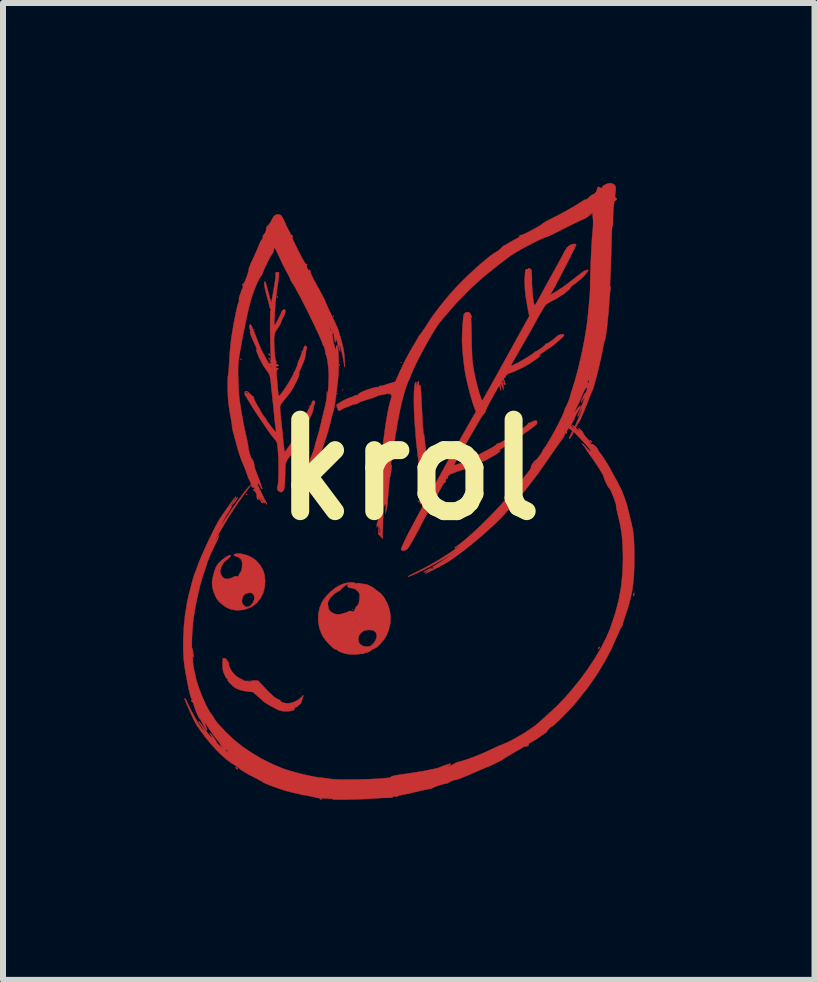
<source format=kicad_pcb>
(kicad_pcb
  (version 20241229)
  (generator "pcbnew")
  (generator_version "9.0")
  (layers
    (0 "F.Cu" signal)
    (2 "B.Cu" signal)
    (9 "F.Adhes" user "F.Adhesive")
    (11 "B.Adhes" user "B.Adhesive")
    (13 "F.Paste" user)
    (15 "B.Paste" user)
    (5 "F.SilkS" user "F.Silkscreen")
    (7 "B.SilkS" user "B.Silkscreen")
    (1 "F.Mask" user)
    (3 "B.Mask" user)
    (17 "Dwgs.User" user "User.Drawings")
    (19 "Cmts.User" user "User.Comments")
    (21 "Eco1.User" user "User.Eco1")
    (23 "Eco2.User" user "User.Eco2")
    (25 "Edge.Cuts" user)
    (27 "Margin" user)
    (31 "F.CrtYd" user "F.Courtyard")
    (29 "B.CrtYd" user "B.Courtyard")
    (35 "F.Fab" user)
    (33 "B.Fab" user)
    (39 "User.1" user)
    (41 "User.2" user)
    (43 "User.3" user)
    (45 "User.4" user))
  (footprint "krol"
    (layer "F.Cu")
    (at 3.767 4.778)
    (property "Reference" "krol" (at 0 0 0) (layer "F.SilkS") (effects (font (size 1.524 1.524) (thickness 0.3))))
    (attr through_hole)
    (fp_poly (pts (xy -2.576 -2.339) (xy -2.581 -2.333) (xy -2.587 -2.339) (xy -2.581 -2.344) (xy -2.576 -2.339)) (stroke (width 0.006) (type solid)) (fill yes) (layer "F.Cu"))
    (fp_poly (pts (xy -1.794 -1.965) (xy -1.8 -1.959) (xy -1.805 -1.965) (xy -1.8 -1.97) (xy -1.794 -1.965)) (stroke (width 0.006) (type solid)) (fill yes) (layer "F.Cu"))
    (fp_poly (pts (xy -1.662 -1.062) (xy -1.668 -1.057) (xy -1.673 -1.062) (xy -1.668 -1.068) (xy -1.662 -1.062)) (stroke (width 0.006) (type solid)) (fill yes) (layer "F.Cu"))
    (fp_poly (pts (xy -1.189 -1.271) (xy -1.194 -1.266) (xy -1.2 -1.271) (xy -1.194 -1.277) (xy -1.189 -1.271)) (stroke (width 0.006) (type solid)) (fill yes) (layer "F.Cu"))
    (fp_poly (pts (xy -0.936 2.328) (xy -0.941 2.333) (xy -0.947 2.328) (xy -0.941 2.322) (xy -0.936 2.328)) (stroke (width 0.006) (type solid)) (fill yes) (layer "F.Cu"))
    (fp_poly (pts (xy -0.308 -1.249) (xy -0.314 -1.244) (xy -0.319 -1.249) (xy -0.314 -1.255) (xy -0.308 -1.249)) (stroke (width 0.006) (type solid)) (fill yes) (layer "F.Cu"))
    (fp_poly (pts (xy -2.799 -1.851) (xy -2.798 -1.834) (xy -2.8 -1.83) (xy -2.805 -1.833) (xy -2.806 -1.845) (xy -2.803 -1.856) (xy -2.799 -1.851)) (stroke (width 0.006) (type solid)) (fill yes) (layer "F.Cu"))
    (fp_poly (pts (xy -2.645 3.515) (xy -2.647 3.521) (xy -2.653 3.522) (xy -2.662 3.518) (xy -2.66 3.515) (xy -2.647 3.513) (xy -2.645 3.515)) (stroke (width 0.006) (type solid)) (fill yes) (layer "F.Cu"))
    (fp_poly (pts (xy -2.194 -2.886) (xy -2.193 -2.869) (xy -2.195 -2.865) (xy -2.2 -2.868) (xy -2.2 -2.879) (xy -2.198 -2.891) (xy -2.194 -2.886)) (stroke (width 0.006) (type solid)) (fill yes) (layer "F.Cu"))
    (fp_poly (pts (xy -1.258 -2.567) (xy -1.257 -2.549) (xy -1.259 -2.546) (xy -1.264 -2.549) (xy -1.265 -2.56) (xy -1.262 -2.572) (xy -1.258 -2.567)) (stroke (width 0.006) (type solid)) (fill yes) (layer "F.Cu"))
    (fp_poly (pts (xy -1.159 -1.752) (xy -1.158 -1.735) (xy -1.16 -1.731) (xy -1.165 -1.734) (xy -1.166 -1.745) (xy -1.163 -1.757) (xy -1.159 -1.752)) (stroke (width 0.006) (type solid)) (fill yes) (layer "F.Cu"))
    (fp_poly (pts (xy -1.104 -1.339) (xy -1.103 -1.326) (xy -1.104 -1.324) (xy -1.111 -1.326) (xy -1.112 -1.332) (xy -1.108 -1.341) (xy -1.104 -1.339)) (stroke (width 0.006) (type solid)) (fill yes) (layer "F.Cu"))
    (fp_poly (pts (xy -0.125 -1.79) (xy -0.126 -1.784) (xy -0.132 -1.783) (xy -0.141 -1.787) (xy -0.139 -1.79) (xy -0.126 -1.792) (xy -0.125 -1.79)) (stroke (width 0.006) (type solid)) (fill yes) (layer "F.Cu"))
    (fp_poly (pts (xy -1.212 -1.085) (xy -1.201 -1.074) (xy -1.203 -1.068) (xy -1.205 -1.068) (xy -1.214 -1.075) (xy -1.217 -1.08) (xy -1.219 -1.088) (xy -1.212 -1.085)) (stroke (width 0.006) (type solid)) (fill yes) (layer "F.Cu"))
    (fp_poly (pts (xy -2.881 4.96) (xy -2.866 4.969) (xy -2.853 4.983) (xy -2.852 4.991) (xy -2.864 4.99) (xy -2.879 4.981) (xy -2.893 4.967) (xy -2.894 4.96) (xy -2.881 4.96)) (stroke (width 0.006) (type solid)) (fill yes) (layer "F.Cu"))
    (fp_poly (pts (xy -2.708 0.402) (xy -2.697 0.412) (xy -2.697 0.413) (xy -2.705 0.418) (xy -2.708 0.418) (xy -2.718 0.41) (xy -2.719 0.407) (xy -2.712 0.4) (xy -2.708 0.402)) (stroke (width 0.006) (type solid)) (fill yes) (layer "F.Cu"))
    (fp_poly (pts (xy -2.323 -1.852) (xy -2.322 -1.849) (xy -2.326 -1.838) (xy -2.327 -1.838) (xy -2.337 -1.846) (xy -2.339 -1.849) (xy -2.338 -1.859) (xy -2.334 -1.86) (xy -2.323 -1.852)) (stroke (width 0.006) (type solid)) (fill yes) (layer "F.Cu"))
    (fp_poly (pts (xy -2.323 -1.928) (xy -2.318 -1.921) (xy -2.318 -1.906) (xy -2.322 -1.904) (xy -2.333 -1.913) (xy -2.337 -1.921) (xy -2.338 -1.935) (xy -2.334 -1.937) (xy -2.323 -1.928)) (stroke (width 0.006) (type solid)) (fill yes) (layer "F.Cu"))
    (fp_poly (pts (xy 3.027 -0.489) (xy 3.041 -0.474) (xy 3.048 -0.46) (xy 3.047 -0.456) (xy 3.036 -0.46) (xy 3.021 -0.473) (xy 3.011 -0.489) (xy 3.013 -0.495) (xy 3.027 -0.489)) (stroke (width 0.006) (type solid)) (fill yes) (layer "F.Cu"))
    (fp_poly (pts (xy 3.175 2.951) (xy 3.174 2.963) (xy 3.165 2.978) (xy 3.153 2.99) (xy 3.148 2.988) (xy 3.153 2.971) (xy 3.163 2.955) (xy 3.173 2.95) (xy 3.175 2.951)) (stroke (width 0.006) (type solid)) (fill yes) (layer "F.Cu"))
    (fp_poly (pts (xy 3.752 2.057) (xy 3.752 2.072) (xy 3.75 2.094) (xy 3.742 2.102) (xy 3.732 2.096) (xy 3.732 2.094) (xy 3.737 2.078) (xy 3.742 2.064) (xy 3.749 2.051) (xy 3.752 2.057)) (stroke (width 0.006) (type solid)) (fill yes) (layer "F.Cu"))
    (fp_poly (pts (xy -2.855 0.455) (xy -2.858 0.466) (xy -2.87 0.488) (xy -2.889 0.517) (xy -2.909 0.546) (xy -2.928 0.569) (xy -2.941 0.582) (xy -2.943 0.583) (xy -2.944 0.575) (xy -2.935 0.556) (xy -2.933 0.553) (xy -2.908 0.515) (xy -2.884 0.483) (xy -2.866 0.462) (xy -2.855 0.454) (xy -2.855 0.455)) (stroke (width 0.006) (type solid)) (fill yes) (layer "F.Cu"))
    (fp_poly (pts (xy -2.77 1.405) (xy -2.697 1.426) (xy -2.628 1.457) (xy -2.568 1.497) (xy -2.547 1.516) (xy -2.482 1.589) (xy -2.437 1.664) (xy -2.41 1.745) (xy -2.4 1.836) (xy -2.399 1.856) (xy -2.408 1.964) (xy -2.433 2.059) (xy -2.477 2.144) (xy -2.539 2.22) (xy -2.547 2.228) (xy -2.613 2.277) (xy -2.692 2.314) (xy -2.778 2.336) (xy -2.865 2.342) (xy -2.933 2.334) (xy -2.986 2.32) (xy -3.029 2.302) (xy -3.073 2.274) (xy -3.096 2.258) (xy -3.143 2.221) (xy -3.177 2.188) (xy -3.183 2.179) (xy -2.785 2.179) (xy -2.783 2.214) (xy -2.773 2.238) (xy -2.753 2.259) (xy -2.751 2.261) (xy -2.726 2.281) (xy -2.708 2.288) (xy -2.688 2.285) (xy -2.668 2.278) (xy -2.633 2.256) (xy -2.604 2.217) (xy -2.584 2.169) (xy -2.58 2.151) (xy -2.578 2.118) (xy -2.586 2.094) (xy -2.6 2.075) (xy -2.619 2.056) (xy -2.637 2.049) (xy -2.664 2.05) (xy -2.678 2.052) (xy -2.729 2.068) (xy -2.763 2.1) (xy -2.782 2.145) (xy -2.785 2.179) (xy -3.183 2.179) (xy -3.203 2.153) (xy -3.226 2.109) (xy -3.234 2.091) (xy -3.264 2.016) (xy -3.273 1.976) (xy -2.774 1.976) (xy -2.768 1.981) (xy -2.763 1.976) (xy -2.768 1.97) (xy -2.774 1.976) (xy -3.273 1.976) (xy -3.28 1.946) (xy -3.284 1.877) (xy -3.274 1.803) (xy -3.252 1.718) (xy -3.242 1.686) (xy -3.224 1.635) (xy -3.205 1.598) (xy -3.182 1.566) (xy -3.149 1.532) (xy -3.111 1.497) (xy -3.07 1.466) (xy -3.03 1.441) (xy -2.996 1.426) (xy -2.973 1.422) (xy -2.971 1.422) (xy -2.97 1.431) (xy -2.982 1.449) (xy -3.003 1.472) (xy -3.028 1.495) (xy -3.051 1.512) (xy -3.082 1.539) (xy -3.11 1.581) (xy -3.133 1.628) (xy -3.146 1.673) (xy -3.148 1.689) (xy -3.14 1.734) (xy -3.118 1.776) (xy -3.087 1.806) (xy -3.069 1.815) (xy -3.027 1.82) (xy -2.977 1.809) (xy -2.925 1.786) (xy -2.923 1.785) (xy -2.897 1.773) (xy -2.88 1.771) (xy -2.878 1.773) (xy -2.864 1.783) (xy -2.848 1.772) (xy -2.837 1.753) (xy -2.821 1.722) (xy -2.805 1.7) (xy -2.792 1.676) (xy -2.785 1.637) (xy -2.783 1.601) (xy -2.782 1.558) (xy -2.785 1.529) (xy -2.794 1.506) (xy -2.806 1.488) (xy -2.838 1.458) (xy -2.874 1.446) (xy -2.905 1.437) (xy -2.921 1.424) (xy -2.918 1.411) (xy -2.899 1.402) (xy -2.839 1.396) (xy -2.77 1.405)) (stroke (width 0.006) (type solid)) (fill yes) (layer "F.Cu"))
    (fp_poly (pts (xy -3.061 3.146) (xy -3.04 3.162) (xy -3.031 3.177) (xy -3.022 3.197) (xy -3.014 3.203) (xy -3.006 3.211) (xy -3.006 3.217) (xy -3.003 3.257) (xy -2.985 3.305) (xy -2.956 3.355) (xy -2.918 3.402) (xy -2.875 3.443) (xy -2.831 3.471) (xy -2.827 3.473) (xy -2.794 3.488) (xy -2.767 3.504) (xy -2.76 3.509) (xy -2.734 3.52) (xy -2.708 3.52) (xy -2.685 3.519) (xy -2.675 3.524) (xy -2.675 3.524) (xy -2.665 3.531) (xy -2.653 3.533) (xy -2.635 3.529) (xy -2.631 3.522) (xy -2.621 3.516) (xy -2.595 3.512) (xy -2.571 3.511) (xy -2.532 3.513) (xy -2.509 3.52) (xy -2.495 3.533) (xy -2.482 3.549) (xy -2.457 3.576) (xy -2.423 3.613) (xy -2.382 3.656) (xy -2.36 3.679) (xy -2.307 3.732) (xy -2.265 3.771) (xy -2.232 3.798) (xy -2.204 3.815) (xy -2.19 3.821) (xy -2.162 3.833) (xy -2.145 3.845) (xy -2.143 3.85) (xy -2.136 3.863) (xy -2.113 3.875) (xy -2.079 3.885) (xy -2.043 3.893) (xy -2.008 3.894) (xy -2.001 3.893) (xy -1.934 3.877) (xy -1.868 3.846) (xy -1.813 3.806) (xy -1.791 3.784) (xy -1.773 3.763) (xy -1.765 3.758) (xy -1.764 3.768) (xy -1.765 3.772) (xy -1.77 3.795) (xy -1.775 3.804) (xy -1.782 3.821) (xy -1.783 3.831) (xy -1.79 3.859) (xy -1.806 3.89) (xy -1.827 3.914) (xy -1.842 3.923) (xy -1.855 3.932) (xy -1.855 3.94) (xy -1.853 3.95) (xy -1.857 3.95) (xy -1.874 3.952) (xy -1.894 3.961) (xy -1.91 3.973) (xy -1.916 3.983) (xy -1.914 3.985) (xy -1.91 3.995) (xy -1.923 4.005) (xy -1.952 4.014) (xy -1.992 4.022) (xy -2.031 4.025) (xy -2.089 4.025) (xy -2.138 4.016) (xy -2.168 4.007) (xy -2.18 4.002) (xy -2.045 4.002) (xy -2.032 4.003) (xy -2.02 4.004) (xy -1.997 4.003) (xy -1.991 4) (xy -1.995 3.999) (xy -2.021 3.997) (xy -2.039 3.999) (xy -2.045 4.002) (xy -2.18 4.002) (xy -2.197 3.994) (xy -2.209 3.988) (xy -1.956 3.988) (xy -1.954 3.995) (xy -1.948 3.995) (xy -1.939 3.991) (xy -1.941 3.988) (xy -1.954 3.987) (xy -1.956 3.988) (xy -2.209 3.988) (xy -2.236 3.974) (xy -2.281 3.95) (xy -2.327 3.925) (xy -2.369 3.9) (xy -2.401 3.879) (xy -2.42 3.865) (xy -2.421 3.864) (xy -2.432 3.855) (xy -2.455 3.834) (xy -2.487 3.806) (xy -2.51 3.786) (xy -2.545 3.755) (xy -2.574 3.73) (xy -2.593 3.713) (xy -2.598 3.708) (xy -2.61 3.704) (xy -2.64 3.7) (xy -2.68 3.696) (xy -2.693 3.695) (xy -2.764 3.684) (xy -2.831 3.665) (xy -2.889 3.64) (xy -2.932 3.61) (xy -2.935 3.607) (xy -2.959 3.583) (xy -2.988 3.556) (xy -2.993 3.551) (xy -3.013 3.528) (xy -3.023 3.509) (xy -3.022 3.504) (xy -3.025 3.492) (xy -2.827 3.492) (xy -2.824 3.498) (xy -2.813 3.51) (xy -2.807 3.508) (xy -2.807 3.506) (xy -2.807 3.506) (xy -2.796 3.506) (xy -2.79 3.511) (xy -2.785 3.506) (xy -2.79 3.5) (xy -2.796 3.506) (xy -2.807 3.506) (xy -2.815 3.497) (xy -2.819 3.494) (xy -2.827 3.492) (xy -3.025 3.492) (xy -3.026 3.487) (xy -3.037 3.476) (xy -3.054 3.461) (xy -3.059 3.454) (xy -3.064 3.44) (xy -3.076 3.413) (xy -3.085 3.393) (xy -3.098 3.359) (xy -3.106 3.322) (xy -3.109 3.275) (xy -3.109 3.245) (xy -3.108 3.201) (xy -3.106 3.166) (xy -3.103 3.146) (xy -3.102 3.143) (xy -3.084 3.138) (xy -3.061 3.146)) (stroke (width 0.006) (type solid)) (fill yes) (layer "F.Cu"))
    (fp_poly (pts (xy -0.919 1.881) (xy -0.884 1.895) (xy -0.883 1.896) (xy -0.871 1.901) (xy -0.87 1.896) (xy -0.86 1.889) (xy -0.845 1.888) (xy -0.825 1.891) (xy -0.82 1.892) (xy -0.81 1.895) (xy -0.787 1.899) (xy -0.759 1.903) (xy -0.735 1.906) (xy -0.726 1.906) (xy -0.702 1.912) (xy -0.667 1.927) (xy -0.626 1.948) (xy -0.588 1.972) (xy -0.56 1.994) (xy -0.53 2.018) (xy -0.501 2.038) (xy -0.495 2.042) (xy -0.474 2.058) (xy -0.448 2.087) (xy -0.421 2.122) (xy -0.42 2.123) (xy -0.363 2.223) (xy -0.326 2.33) (xy -0.309 2.441) (xy -0.313 2.554) (xy -0.338 2.666) (xy -0.376 2.76) (xy -0.397 2.797) (xy -0.427 2.837) (xy -0.46 2.879) (xy -0.494 2.917) (xy -0.526 2.948) (xy -0.552 2.967) (xy -0.565 2.972) (xy -0.583 2.979) (xy -0.587 2.986) (xy -0.592 2.992) (xy -0.593 2.984) (xy -0.599 2.98) (xy -0.614 2.994) (xy -0.617 2.998) (xy -0.642 3.019) (xy -0.677 3.037) (xy -0.686 3.04) (xy -0.718 3.049) (xy -0.736 3.054) (xy -0.747 3.058) (xy -0.758 3.063) (xy -0.762 3.065) (xy -0.786 3.069) (xy -0.797 3.067) (xy -0.814 3.065) (xy -0.819 3.068) (xy -0.835 3.073) (xy -0.867 3.076) (xy -0.91 3.077) (xy -0.957 3.076) (xy -1.003 3.074) (xy -1.042 3.069) (xy -1.062 3.065) (xy -1.109 3.05) (xy -1.151 3.034) (xy -1.182 3.019) (xy -1.198 3.006) (xy -1.2 3.003) (xy -1.207 2.995) (xy -1.208 2.995) (xy -1.224 2.995) (xy -1.241 2.988) (xy -1.263 2.972) (xy -1.294 2.944) (xy -1.33 2.909) (xy -1.389 2.844) (xy -1.404 2.823) (xy -0.848 2.823) (xy -0.838 2.873) (xy -0.811 2.911) (xy -0.77 2.937) (xy -0.719 2.946) (xy -0.699 2.945) (xy -0.669 2.942) (xy -0.65 2.94) (xy -0.647 2.939) (xy -0.636 2.932) (xy -0.615 2.913) (xy -0.595 2.893) (xy -0.562 2.848) (xy -0.543 2.8) (xy -0.54 2.754) (xy -0.552 2.715) (xy -0.581 2.685) (xy -0.584 2.683) (xy -0.618 2.672) (xy -0.664 2.669) (xy -0.712 2.672) (xy -0.752 2.682) (xy -0.76 2.686) (xy -0.805 2.721) (xy -0.836 2.767) (xy -0.847 2.82) (xy -0.848 2.823) (xy -1.404 2.823) (xy -1.434 2.783) (xy -1.466 2.719) (xy -1.491 2.646) (xy -1.497 2.624) (xy -1.505 2.579) (xy -0.833 2.579) (xy -0.831 2.586) (xy -0.826 2.587) (xy -0.816 2.583) (xy -0.818 2.579) (xy -0.831 2.578) (xy -0.833 2.579) (xy -1.505 2.579) (xy -1.508 2.559) (xy -0.859 2.559) (xy -0.853 2.565) (xy -0.848 2.559) (xy -0.853 2.554) (xy -0.859 2.559) (xy -1.508 2.559) (xy -1.515 2.513) (xy -0.89 2.513) (xy -0.887 2.519) (xy -0.876 2.531) (xy -0.87 2.528) (xy -0.87 2.527) (xy -0.877 2.517) (xy -0.882 2.514) (xy -0.89 2.513) (xy -1.515 2.513) (xy -1.516 2.512) (xy -1.513 2.402) (xy -1.488 2.294) (xy -1.458 2.221) (xy -1.353 2.221) (xy -1.352 2.256) (xy -1.351 2.259) (xy -1.346 2.301) (xy -1.335 2.33) (xy -1.315 2.355) (xy -1.315 2.356) (xy -1.266 2.392) (xy -1.208 2.409) (xy -1.143 2.407) (xy -1.09 2.392) (xy -1.067 2.384) (xy -1.06 2.382) (xy -1.041 2.376) (xy -1.015 2.364) (xy -1.012 2.362) (xy -0.984 2.352) (xy -0.963 2.355) (xy -0.958 2.358) (xy -0.939 2.364) (xy -0.92 2.353) (xy -0.918 2.35) (xy -0.902 2.327) (xy -0.897 2.31) (xy -0.888 2.29) (xy -0.867 2.268) (xy -0.867 2.268) (xy -0.848 2.245) (xy -0.836 2.212) (xy -0.831 2.188) (xy -0.825 2.131) (xy -0.824 2.091) (xy -0.83 2.061) (xy -0.844 2.037) (xy -0.86 2.018) (xy -0.888 1.995) (xy -0.919 1.98) (xy -0.962 1.971) (xy -0.991 1.967) (xy -1.016 1.958) (xy -1.027 1.939) (xy -1.021 1.918) (xy -1.016 1.906) (xy -1.021 1.904) (xy -1.036 1.911) (xy -1.06 1.927) (xy -1.088 1.948) (xy -1.114 1.969) (xy -1.13 1.987) (xy -1.134 1.993) (xy -1.143 2.005) (xy -1.164 2.017) (xy -1.237 2.06) (xy -1.299 2.12) (xy -1.313 2.138) (xy -1.337 2.171) (xy -1.349 2.196) (xy -1.353 2.221) (xy -1.458 2.221) (xy -1.452 2.206) (xy -1.414 2.146) (xy -1.361 2.083) (xy -1.297 2.022) (xy -1.229 1.968) (xy -1.161 1.927) (xy -1.15 1.922) (xy -1.089 1.898) (xy -1.026 1.883) (xy -0.968 1.877) (xy -0.919 1.881)) (stroke (width 0.006) (type solid)) (fill yes) (layer "F.Cu"))
    (fp_poly (pts (xy -2.174 -3.206) (xy -2.179 -3.158) (xy -2.187 -3.098) (xy -2.196 -3.034) (xy -2.202 -2.994) (xy -2.209 -2.942) (xy -2.216 -2.878) (xy -2.224 -2.805) (xy -2.23 -2.728) (xy -2.236 -2.652) (xy -2.241 -2.58) (xy -2.244 -2.517) (xy -2.245 -2.467) (xy -2.244 -2.435) (xy -2.244 -2.433) (xy -2.242 -2.417) (xy -2.238 -2.412) (xy -2.23 -2.418) (xy -2.218 -2.44) (xy -2.197 -2.478) (xy -2.189 -2.494) (xy -2.166 -2.539) (xy -2.147 -2.579) (xy -2.133 -2.609) (xy -2.13 -2.619) (xy -2.114 -2.651) (xy -2.094 -2.669) (xy -2.074 -2.671) (xy -2.061 -2.658) (xy -2.06 -2.635) (xy -2.072 -2.597) (xy -2.09 -2.558) (xy -2.109 -2.518) (xy -2.125 -2.481) (xy -2.133 -2.459) (xy -2.153 -2.415) (xy -2.189 -2.357) (xy -2.219 -2.314) (xy -2.233 -2.289) (xy -2.242 -2.257) (xy -2.248 -2.214) (xy -2.25 -2.157) (xy -2.248 -2.084) (xy -2.245 -2.017) (xy -2.24 -1.942) (xy -2.235 -1.887) (xy -2.229 -1.848) (xy -2.222 -1.822) (xy -2.217 -1.81) (xy -2.207 -1.79) (xy -2.211 -1.783) (xy -2.223 -1.775) (xy -2.223 -1.772) (xy -2.215 -1.762) (xy -2.208 -1.761) (xy -2.189 -1.753) (xy -2.179 -1.745) (xy -2.173 -1.733) (xy -2.183 -1.728) (xy -2.194 -1.728) (xy -2.218 -1.723) (xy -2.223 -1.712) (xy -2.214 -1.696) (xy -2.189 -1.693) (xy -2.188 -1.694) (xy -2.179 -1.689) (xy -2.183 -1.677) (xy -2.197 -1.664) (xy -2.197 -1.664) (xy -2.203 -1.659) (xy -2.207 -1.65) (xy -2.209 -1.634) (xy -2.209 -1.608) (xy -2.207 -1.569) (xy -2.202 -1.513) (xy -2.196 -1.446) (xy -2.191 -1.381) (xy -2.185 -1.322) (xy -2.181 -1.275) (xy -2.177 -1.243) (xy -2.175 -1.228) (xy -2.175 -1.228) (xy -2.168 -1.228) (xy -2.151 -1.245) (xy -2.128 -1.274) (xy -2.099 -1.313) (xy -2.067 -1.359) (xy -2.034 -1.409) (xy -2.002 -1.46) (xy -1.973 -1.508) (xy -1.949 -1.552) (xy -1.938 -1.574) (xy -1.86 -1.574) (xy -1.856 -1.565) (xy -1.853 -1.567) (xy -1.851 -1.58) (xy -1.853 -1.581) (xy -1.859 -1.58) (xy -1.86 -1.574) (xy -1.938 -1.574) (xy -1.932 -1.586) (xy -1.923 -1.61) (xy -1.922 -1.614) (xy -1.918 -1.628) (xy -1.914 -1.629) (xy -1.907 -1.638) (xy -1.895 -1.663) (xy -1.881 -1.696) (xy -1.867 -1.732) (xy -1.856 -1.766) (xy -1.85 -1.79) (xy -1.849 -1.795) (xy -1.843 -1.817) (xy -1.839 -1.822) (xy -1.831 -1.837) (xy -1.818 -1.867) (xy -1.804 -1.904) (xy -1.791 -1.942) (xy -1.779 -1.971) (xy -1.771 -1.987) (xy -1.764 -2.005) (xy -1.756 -2.032) (xy -1.756 -2.033) (xy -1.745 -2.06) (xy -1.729 -2.068) (xy -1.711 -2.056) (xy -1.707 -2.049) (xy -1.702 -2.026) (xy -1.708 -2.017) (xy -1.715 -1.999) (xy -1.719 -1.969) (xy -1.719 -1.959) (xy -1.724 -1.917) (xy -1.737 -1.861) (xy -1.758 -1.797) (xy -1.785 -1.73) (xy -1.812 -1.671) (xy -1.831 -1.63) (xy -1.838 -1.608) (xy -1.833 -1.603) (xy -1.833 -1.603) (xy -1.827 -1.598) (xy -1.832 -1.577) (xy -1.844 -1.544) (xy -1.862 -1.502) (xy -1.886 -1.453) (xy -1.912 -1.403) (xy -1.94 -1.353) (xy -1.968 -1.307) (xy -1.983 -1.284) (xy -2.003 -1.258) (xy -2.031 -1.223) (xy -2.062 -1.186) (xy -2.064 -1.183) (xy -2.094 -1.147) (xy -2.121 -1.112) (xy -2.138 -1.085) (xy -2.139 -1.083) (xy -2.143 -1.074) (xy -2.147 -1.065) (xy -2.149 -1.053) (xy -2.15 -1.036) (xy -2.149 -1.013) (xy -2.147 -0.98) (xy -2.144 -0.937) (xy -2.138 -0.881) (xy -2.131 -0.809) (xy -2.121 -0.72) (xy -2.11 -0.611) (xy -2.108 -0.6) (xy -2.105 -0.571) (xy -2.101 -0.527) (xy -2.095 -0.473) (xy -2.091 -0.427) (xy -2.085 -0.376) (xy -2.081 -0.335) (xy -2.077 -0.307) (xy -2.074 -0.297) (xy -2.063 -0.306) (xy -2.044 -0.331) (xy -2.018 -0.368) (xy -1.987 -0.414) (xy -1.954 -0.466) (xy -1.92 -0.52) (xy -1.889 -0.572) (xy -1.861 -0.621) (xy -1.839 -0.661) (xy -1.826 -0.69) (xy -1.822 -0.705) (xy -1.822 -0.705) (xy -1.822 -0.715) (xy -1.819 -0.715) (xy -1.81 -0.725) (xy -1.795 -0.749) (xy -1.778 -0.783) (xy -1.778 -0.784) (xy -1.734 -0.882) (xy -1.698 -0.96) (xy -1.67 -1.019) (xy -1.651 -1.058) (xy -1.64 -1.077) (xy -1.638 -1.079) (xy -1.63 -1.093) (xy -1.623 -1.115) (xy -1.612 -1.143) (xy -1.597 -1.153) (xy -1.582 -1.15) (xy -1.569 -1.136) (xy -1.567 -1.115) (xy -1.575 -1.1) (xy -1.581 -1.087) (xy -1.587 -1.06) (xy -1.589 -1.048) (xy -1.594 -1.016) (xy -1.602 -0.984) (xy -1.614 -0.949) (xy -1.632 -0.906) (xy -1.657 -0.852) (xy -1.691 -0.784) (xy -1.698 -0.77) (xy -1.722 -0.722) (xy -1.74 -0.683) (xy -1.751 -0.657) (xy -1.753 -0.647) (xy -1.75 -0.649) (xy -1.735 -0.667) (xy -1.73 -0.666) (xy -1.735 -0.648) (xy -1.75 -0.612) (xy -1.776 -0.557) (xy -1.785 -0.539) (xy -1.854 -0.41) (xy -1.925 -0.301) (xy -1.967 -0.248) (xy -2.003 -0.204) (xy -2.028 -0.169) (xy -2.045 -0.136) (xy -2.056 -0.1) (xy -2.061 -0.056) (xy -2.063 0.003) (xy -2.064 0.039) (xy -2.067 0.14) (xy -2.071 0.223) (xy -2.077 0.286) (xy -2.084 0.328) (xy -2.093 0.35) (xy -2.098 0.352) (xy -2.112 0.359) (xy -2.113 0.363) (xy -2.121 0.373) (xy -2.141 0.372) (xy -2.166 0.36) (xy -2.178 0.352) (xy -2.192 0.338) (xy -2.198 0.325) (xy -2.196 0.303) (xy -2.189 0.272) (xy -2.184 0.24) (xy -2.18 0.189) (xy -2.177 0.124) (xy -2.175 0.05) (xy -2.175 -0.031) (xy -2.176 -0.113) (xy -2.178 -0.194) (xy -2.182 -0.269) (xy -2.186 -0.333) (xy -2.188 -0.356) (xy -2.194 -0.406) (xy -2.2 -0.441) (xy -2.209 -0.466) (xy -2.221 -0.487) (xy -2.241 -0.51) (xy -2.242 -0.512) (xy -2.261 -0.533) (xy -2.277 -0.553) (xy -2.294 -0.574) (xy -2.312 -0.599) (xy -2.334 -0.63) (xy -2.362 -0.669) (xy -2.396 -0.72) (xy -2.44 -0.785) (xy -2.479 -0.842) (xy -2.524 -0.909) (xy -2.568 -0.976) (xy -2.608 -1.038) (xy -2.641 -1.092) (xy -2.666 -1.133) (xy -2.674 -1.147) (xy -2.696 -1.185) (xy -2.714 -1.215) (xy -2.726 -1.231) (xy -2.729 -1.233) (xy -2.735 -1.242) (xy -2.738 -1.266) (xy -2.739 -1.271) (xy -2.738 -1.287) (xy -2.73 -1.287) (xy -2.723 -1.281) (xy -2.719 -1.282) (xy -2.708 -1.282) (xy -2.708 -1.279) (xy -2.699 -1.271) (xy -2.691 -1.269) (xy -2.681 -1.273) (xy -2.687 -1.284) (xy -2.704 -1.296) (xy -2.722 -1.298) (xy -2.73 -1.287) (xy -2.73 -1.287) (xy -2.738 -1.287) (xy -2.738 -1.297) (xy -2.729 -1.308) (xy -2.713 -1.31) (xy -2.684 -1.3) (xy -2.663 -1.278) (xy -2.639 -1.252) (xy -2.614 -1.232) (xy -2.613 -1.232) (xy -2.594 -1.218) (xy -2.588 -1.206) (xy -2.584 -1.183) (xy -2.568 -1.144) (xy -2.538 -1.089) (xy -2.524 -1.065) (xy -2.5 -1.024) (xy -2.478 -0.985) (xy -2.462 -0.956) (xy -2.442 -0.922) (xy -2.416 -0.887) (xy -2.41 -0.88) (xy -2.39 -0.855) (xy -2.379 -0.837) (xy -2.377 -0.833) (xy -2.371 -0.82) (xy -2.354 -0.795) (xy -2.329 -0.761) (xy -2.3 -0.722) (xy -2.27 -0.684) (xy -2.243 -0.651) (xy -2.224 -0.63) (xy -2.216 -0.625) (xy -2.216 -0.635) (xy -2.217 -0.64) (xy -2.22 -0.66) (xy -2.225 -0.697) (xy -2.23 -0.747) (xy -2.237 -0.805) (xy -2.24 -0.831) (xy -2.253 -0.961) (xy -2.264 -1.071) (xy -2.274 -1.163) (xy -2.282 -1.239) (xy -2.288 -1.301) (xy -2.293 -1.351) (xy -2.298 -1.391) (xy -2.298 -1.393) (xy -2.267 -1.393) (xy -2.264 -1.379) (xy -2.261 -1.379) (xy -2.258 -1.394) (xy -2.26 -1.4) (xy -2.265 -1.404) (xy -2.267 -1.393) (xy -2.298 -1.393) (xy -2.301 -1.424) (xy -2.303 -1.45) (xy -2.306 -1.472) (xy -2.306 -1.48) (xy -2.309 -1.497) (xy -2.278 -1.497) (xy -2.274 -1.488) (xy -2.271 -1.49) (xy -2.27 -1.503) (xy -2.271 -1.504) (xy -2.278 -1.503) (xy -2.278 -1.497) (xy -2.309 -1.497) (xy -2.315 -1.541) (xy -2.331 -1.589) (xy -2.357 -1.634) (xy -2.383 -1.668) (xy -2.418 -1.718) (xy -2.433 -1.743) (xy -2.311 -1.743) (xy -2.305 -1.723) (xy -2.296 -1.71) (xy -2.293 -1.71) (xy -2.293 -1.723) (xy -2.299 -1.735) (xy -2.309 -1.748) (xy -2.311 -1.743) (xy -2.433 -1.743) (xy -2.456 -1.784) (xy -2.494 -1.857) (xy -2.524 -1.928) (xy -2.542 -1.975) (xy -2.551 -2.002) (xy -2.551 -2.012) (xy -2.542 -2.006) (xy -2.535 -1.998) (xy -2.527 -1.987) (xy -2.523 -1.984) (xy -2.525 -1.991) (xy -2.534 -2.011) (xy -2.55 -2.046) (xy -2.569 -2.086) (xy -2.605 -2.163) (xy -2.63 -2.223) (xy -2.645 -2.267) (xy -2.651 -2.298) (xy -2.649 -2.316) (xy -2.649 -2.336) (xy -2.658 -2.358) (xy -2.664 -2.384) (xy -2.66 -2.408) (xy -2.647 -2.421) (xy -2.643 -2.421) (xy -2.634 -2.412) (xy -2.619 -2.383) (xy -2.597 -2.334) (xy -2.569 -2.265) (xy -2.546 -2.207) (xy -2.52 -2.141) (xy -2.5 -2.09) (xy -2.483 -2.049) (xy -2.466 -2.011) (xy -2.447 -1.973) (xy -2.424 -1.928) (xy -2.4 -1.883) (xy -2.374 -1.835) (xy -2.352 -1.797) (xy -2.335 -1.773) (xy -2.326 -1.764) (xy -2.324 -1.765) (xy -2.317 -1.777) (xy -2.311 -1.777) (xy -2.303 -1.781) (xy -2.301 -1.796) (xy -2.302 -1.813) (xy -2.309 -1.809) (xy -2.311 -1.805) (xy -2.32 -1.797) (xy -2.322 -1.802) (xy -2.314 -1.819) (xy -2.31 -1.822) (xy -2.305 -1.834) (xy -2.303 -1.862) (xy -2.304 -1.908) (xy -2.307 -1.952) (xy -2.309 -1.998) (xy -2.311 -2.055) (xy -2.313 -2.123) (xy -2.314 -2.197) (xy -2.315 -2.274) (xy -2.316 -2.352) (xy -2.316 -2.427) (xy -2.316 -2.496) (xy -2.315 -2.556) (xy -2.314 -2.605) (xy -2.312 -2.639) (xy -2.31 -2.656) (xy -2.309 -2.656) (xy -2.301 -2.657) (xy -2.305 -2.673) (xy -2.314 -2.689) (xy -2.324 -2.714) (xy -2.327 -2.73) (xy -2.331 -2.748) (xy -2.339 -2.78) (xy -2.35 -2.82) (xy -2.351 -2.823) (xy -2.372 -2.898) (xy -2.39 -2.968) (xy -2.403 -3.028) (xy -2.412 -3.078) (xy -2.415 -3.112) (xy -2.412 -3.129) (xy -2.412 -3.129) (xy -2.404 -3.136) (xy -2.398 -3.135) (xy -2.392 -3.125) (xy -2.384 -3.102) (xy -2.374 -3.062) (xy -2.367 -3.038) (xy -2.352 -2.981) (xy -2.336 -2.92) (xy -2.321 -2.867) (xy -2.32 -2.863) (xy -2.296 -2.781) (xy -2.283 -2.857) (xy -2.265 -2.956) (xy -2.251 -3.037) (xy -2.241 -3.1) (xy -2.233 -3.149) (xy -2.228 -3.186) (xy -2.226 -3.213) (xy -2.225 -3.234) (xy -2.225 -3.249) (xy -2.227 -3.276) (xy -2.221 -3.288) (xy -2.204 -3.291) (xy -2.198 -3.291) (xy -2.167 -3.291) (xy -2.174 -3.206)) (stroke (width 0.006) (type solid)) (fill yes) (layer "F.Cu"))
    (fp_poly (pts (xy -2.164 -4.253) (xy -2.148 -4.248) (xy -2.134 -4.238) (xy -2.12 -4.222) (xy -2.104 -4.195) (xy -2.084 -4.154) (xy -2.058 -4.097) (xy -2.052 -4.083) (xy -2.03 -4.037) (xy -2.012 -3.999) (xy -1.998 -3.974) (xy -1.991 -3.964) (xy -1.983 -3.952) (xy -1.981 -3.939) (xy -1.975 -3.922) (xy -1.966 -3.918) (xy -1.949 -3.909) (xy -1.944 -3.901) (xy -1.938 -3.881) (xy -1.942 -3.877) (xy -1.948 -3.88) (xy -1.95 -3.875) (xy -1.942 -3.852) (xy -1.924 -3.81) (xy -1.897 -3.752) (xy -1.86 -3.677) (xy -1.814 -3.587) (xy -1.813 -3.585) (xy -1.784 -3.529) (xy -1.757 -3.482) (xy -1.736 -3.447) (xy -1.722 -3.427) (xy -1.717 -3.424) (xy -1.707 -3.43) (xy -1.7 -3.422) (xy -1.699 -3.407) (xy -1.704 -3.404) (xy -1.708 -3.393) (xy -1.699 -3.366) (xy -1.694 -3.355) (xy -1.678 -3.328) (xy -1.668 -3.32) (xy -1.661 -3.325) (xy -1.653 -3.333) (xy -1.65 -3.33) (xy -1.647 -3.307) (xy -1.641 -3.283) (xy -1.63 -3.254) (xy -1.613 -3.218) (xy -1.59 -3.171) (xy -1.557 -3.11) (xy -1.52 -3.044) (xy -1.485 -2.98) (xy -1.454 -2.923) (xy -1.428 -2.874) (xy -1.409 -2.838) (xy -1.399 -2.816) (xy -1.398 -2.811) (xy -1.393 -2.796) (xy -1.381 -2.766) (xy -1.362 -2.725) (xy -1.34 -2.676) (xy -1.336 -2.667) (xy -1.292 -2.577) (xy -1.258 -2.504) (xy -1.231 -2.447) (xy -1.21 -2.402) (xy -1.195 -2.369) (xy -1.185 -2.345) (xy -1.178 -2.327) (xy -1.174 -2.314) (xy -1.172 -2.306) (xy -1.166 -2.283) (xy -1.155 -2.244) (xy -1.141 -2.194) (xy -1.126 -2.141) (xy -1.111 -2.088) (xy -1.1 -2.044) (xy -1.092 -2.004) (xy -1.086 -1.962) (xy -1.08 -1.912) (xy -1.075 -1.849) (xy -1.072 -1.8) (xy -1.069 -1.748) (xy -1.069 -1.718) (xy -1.071 -1.71) (xy -1.076 -1.723) (xy -1.083 -1.758) (xy -1.089 -1.794) (xy -1.099 -1.85) (xy -1.11 -1.908) (xy -1.122 -1.962) (xy -1.133 -2.01) (xy -1.144 -2.047) (xy -1.152 -2.069) (xy -1.157 -2.074) (xy -1.159 -2.061) (xy -1.156 -2.036) (xy -1.154 -2.03) (xy -1.148 -1.999) (xy -1.147 -1.974) (xy -1.147 -1.972) (xy -1.151 -1.974) (xy -1.159 -1.993) (xy -1.17 -2.027) (xy -1.177 -2.053) (xy -1.193 -2.113) (xy -1.205 -2.151) (xy -1.214 -2.17) (xy -1.219 -2.17) (xy -1.222 -2.151) (xy -1.222 -2.146) (xy -1.223 -2.122) (xy -1.226 -2.119) (xy -1.233 -2.133) (xy -1.233 -2.133) (xy -1.24 -2.159) (xy -1.246 -2.195) (xy -1.248 -2.214) (xy -1.254 -2.255) (xy -1.26 -2.276) (xy -1.269 -2.278) (xy -1.273 -2.275) (xy -1.277 -2.265) (xy -1.278 -2.246) (xy -1.275 -2.215) (xy -1.266 -2.169) (xy -1.253 -2.105) (xy -1.251 -2.091) (xy -1.24 -2.046) (xy -1.232 -2.013) (xy -1.225 -1.995) (xy -1.223 -1.997) (xy -1.223 -1.998) (xy -1.219 -2.036) (xy -1.211 -2.065) (xy -1.202 -2.08) (xy -1.199 -2.08) (xy -1.193 -2.07) (xy -1.187 -2.041) (xy -1.182 -1.997) (xy -1.178 -1.941) (xy -1.175 -1.876) (xy -1.174 -1.807) (xy -1.173 -1.736) (xy -1.175 -1.667) (xy -1.177 -1.603) (xy -1.179 -1.574) (xy -1.186 -1.496) (xy -1.195 -1.413) (xy -1.205 -1.33) (xy -1.215 -1.248) (xy -1.225 -1.171) (xy -1.236 -1.103) (xy -1.245 -1.046) (xy -1.253 -1.004) (xy -1.26 -0.98) (xy -1.262 -0.977) (xy -1.266 -0.964) (xy -1.274 -0.934) (xy -1.286 -0.89) (xy -1.299 -0.837) (xy -1.305 -0.815) (xy -1.319 -0.756) (xy -1.333 -0.703) (xy -1.346 -0.655) (xy -1.36 -0.607) (xy -1.376 -0.557) (xy -1.395 -0.5) (xy -1.417 -0.434) (xy -1.445 -0.355) (xy -1.479 -0.259) (xy -1.493 -0.22) (xy -1.523 -0.139) (xy -1.555 -0.056) (xy -1.587 0.024) (xy -1.618 0.101) (xy -1.648 0.171) (xy -1.675 0.232) (xy -1.698 0.281) (xy -1.717 0.317) (xy -1.73 0.336) (xy -1.735 0.338) (xy -1.735 0.326) (xy -1.728 0.303) (xy -1.721 0.28) (xy -1.721 0.267) (xy -1.728 0.273) (xy -1.737 0.294) (xy -1.74 0.302) (xy -1.751 0.327) (xy -1.761 0.341) (xy -1.763 0.341) (xy -1.764 0.332) (xy -1.758 0.308) (xy -1.749 0.283) (xy -1.735 0.248) (xy -1.733 0.242) (xy -1.717 0.242) (xy -1.713 0.251) (xy -1.71 0.249) (xy -1.708 0.236) (xy -1.71 0.235) (xy -1.716 0.236) (xy -1.717 0.242) (xy -1.733 0.242) (xy -1.724 0.22) (xy -1.72 0.209) (xy -1.714 0.192) (xy -1.702 0.16) (xy -1.686 0.118) (xy -1.677 0.095) (xy -1.661 0.053) (xy -1.649 0.019) (xy -1.643 -0.002) (xy -1.643 -0.006) (xy -1.648 0.001) (xy -1.661 0.025) (xy -1.679 0.062) (xy -1.695 0.097) (xy -1.742 0.2) (xy -1.783 0.289) (xy -1.817 0.361) (xy -1.844 0.415) (xy -1.863 0.452) (xy -1.875 0.47) (xy -1.877 0.471) (xy -1.875 0.459) (xy -1.865 0.432) (xy -1.849 0.391) (xy -1.829 0.342) (xy -1.821 0.323) (xy -1.783 0.237) (xy -1.749 0.156) (xy -1.718 0.081) (xy -1.692 0.016) (xy -1.675 -0.028) (xy -1.64 -0.028) (xy -1.634 -0.022) (xy -1.629 -0.028) (xy -1.634 -0.033) (xy -1.64 -0.028) (xy -1.675 -0.028) (xy -1.671 -0.04) (xy -1.663 -0.061) (xy -1.629 -0.061) (xy -1.623 -0.055) (xy -1.618 -0.061) (xy -1.623 -0.066) (xy -1.629 -0.061) (xy -1.663 -0.061) (xy -1.655 -0.083) (xy -1.645 -0.113) (xy -1.643 -0.127) (xy -1.648 -0.124) (xy -1.657 -0.11) (xy -1.668 -0.092) (xy -1.672 -0.093) (xy -1.667 -0.114) (xy -1.654 -0.154) (xy -1.633 -0.213) (xy -1.623 -0.237) (xy -1.605 -0.288) (xy -1.589 -0.333) (xy -1.578 -0.367) (xy -1.574 -0.385) (xy -1.574 -0.386) (xy -1.571 -0.403) (xy -1.562 -0.436) (xy -1.549 -0.48) (xy -1.536 -0.524) (xy -1.52 -0.575) (xy -1.507 -0.62) (xy -1.497 -0.655) (xy -1.493 -0.671) (xy -1.489 -0.69) (xy -1.481 -0.726) (xy -1.468 -0.777) (xy -1.453 -0.839) (xy -1.437 -0.908) (xy -1.427 -0.947) (xy -1.406 -1.035) (xy -1.39 -1.104) (xy -1.379 -1.159) (xy -1.373 -1.202) (xy -1.37 -1.236) (xy -1.37 -1.26) (xy -1.371 -1.292) (xy -1.371 -1.303) (xy -1.368 -1.293) (xy -1.366 -1.282) (xy -1.362 -1.268) (xy -1.358 -1.273) (xy -1.354 -1.294) (xy -1.35 -1.328) (xy -1.346 -1.372) (xy -1.343 -1.423) (xy -1.341 -1.477) (xy -1.339 -1.533) (xy -1.339 -1.586) (xy -1.34 -1.634) (xy -1.343 -1.673) (xy -1.351 -1.752) (xy -1.361 -1.82) (xy -1.371 -1.873) (xy -1.382 -1.909) (xy -1.388 -1.922) (xy -1.396 -1.939) (xy -1.396 -1.944) (xy -1.396 -1.963) (xy -1.401 -1.992) (xy -1.408 -2.023) (xy -1.415 -2.046) (xy -1.42 -2.053) (xy -1.429 -2.066) (xy -1.44 -2.092) (xy -1.442 -2.1) (xy -1.456 -2.137) (xy -1.478 -2.189) (xy -1.507 -2.255) (xy -1.531 -2.306) (xy -1.288 -2.306) (xy -1.282 -2.3) (xy -1.277 -2.306) (xy -1.282 -2.311) (xy -1.288 -2.306) (xy -1.531 -2.306) (xy -1.542 -2.331) (xy -1.55 -2.347) (xy -1.314 -2.347) (xy -1.313 -2.333) (xy -1.307 -2.316) (xy -1.303 -2.311) (xy -1.3 -2.321) (xy -1.299 -2.333) (xy -1.303 -2.351) (xy -1.309 -2.355) (xy -1.314 -2.347) (xy -1.55 -2.347) (xy -1.582 -2.415) (xy -1.625 -2.504) (xy -1.67 -2.596) (xy -1.716 -2.688) (xy -1.762 -2.778) (xy -1.805 -2.863) (xy -1.846 -2.939) (xy -1.882 -3.006) (xy -1.912 -3.06) (xy -1.936 -3.098) (xy -1.948 -3.115) (xy -1.966 -3.144) (xy -1.977 -3.17) (xy -1.986 -3.192) (xy -2.002 -3.227) (xy -2.024 -3.267) (xy -2.031 -3.28) (xy -2.059 -3.33) (xy -2.089 -3.389) (xy -2.117 -3.447) (xy -2.124 -3.462) (xy -2.161 -3.542) (xy -2.19 -3.603) (xy -2.212 -3.648) (xy -2.228 -3.677) (xy -2.239 -3.692) (xy -2.246 -3.696) (xy -2.248 -3.694) (xy -2.254 -3.674) (xy -2.256 -3.653) (xy -2.264 -3.624) (xy -2.28 -3.598) (xy -2.299 -3.571) (xy -2.324 -3.528) (xy -2.352 -3.475) (xy -2.38 -3.418) (xy -2.406 -3.362) (xy -2.427 -3.312) (xy -2.44 -3.274) (xy -2.452 -3.249) (xy -2.466 -3.23) (xy -2.491 -3.194) (xy -2.52 -3.139) (xy -2.55 -3.07) (xy -2.582 -2.99) (xy -2.612 -2.903) (xy -2.64 -2.812) (xy -2.665 -2.721) (xy -2.675 -2.68) (xy -2.7 -2.568) (xy -2.725 -2.449) (xy -2.75 -2.328) (xy -2.774 -2.21) (xy -2.795 -2.098) (xy -2.813 -1.998) (xy -2.827 -1.914) (xy -2.829 -1.904) (xy -2.837 -1.847) (xy -2.844 -1.797) (xy -2.847 -1.75) (xy -2.849 -1.7) (xy -2.85 -1.642) (xy -2.849 -1.572) (xy -2.847 -1.508) (xy -2.844 -1.432) (xy -2.841 -1.357) (xy -2.837 -1.29) (xy -2.833 -1.234) (xy -2.829 -1.194) (xy -2.829 -1.189) (xy -2.808 -1.048) (xy -2.785 -0.909) (xy -2.761 -0.778) (xy -2.737 -0.66) (xy -2.721 -0.589) (xy -2.707 -0.528) (xy -2.695 -0.471) (xy -2.686 -0.423) (xy -2.681 -0.389) (xy -2.68 -0.38) (xy -2.676 -0.35) (xy -2.668 -0.313) (xy -2.657 -0.272) (xy -2.645 -0.234) (xy -2.633 -0.203) (xy -2.623 -0.185) (xy -2.619 -0.182) (xy -2.611 -0.176) (xy -2.601 -0.155) (xy -2.59 -0.126) (xy -2.582 -0.094) (xy -2.578 -0.068) (xy -2.577 -0.061) (xy -2.574 -0.043) (xy -2.563 -0.009) (xy -2.547 0.036) (xy -2.528 0.089) (xy -2.522 0.102) (xy -2.501 0.155) (xy -2.484 0.202) (xy -2.472 0.238) (xy -2.466 0.26) (xy -2.465 0.262) (xy -2.459 0.286) (xy -2.453 0.294) (xy -2.445 0.313) (xy -2.446 0.321) (xy -2.453 0.32) (xy -2.466 0.303) (xy -2.481 0.277) (xy -2.501 0.242) (xy -2.516 0.227) (xy -2.522 0.229) (xy -2.523 0.244) (xy -2.513 0.275) (xy -2.49 0.324) (xy -2.478 0.349) (xy -2.455 0.394) (xy -2.437 0.431) (xy -2.425 0.456) (xy -2.421 0.466) (xy -2.416 0.479) (xy -2.402 0.503) (xy -2.393 0.517) (xy -2.377 0.546) (xy -2.369 0.568) (xy -2.369 0.575) (xy -2.375 0.577) (xy -2.382 0.563) (xy -2.39 0.546) (xy -2.398 0.549) (xy -2.4 0.552) (xy -2.409 0.56) (xy -2.41 0.553) (xy -2.418 0.543) (xy -2.434 0.545) (xy -2.445 0.555) (xy -2.454 0.552) (xy -2.468 0.533) (xy -2.477 0.516) (xy -2.492 0.489) (xy -2.501 0.479) (xy -2.507 0.484) (xy -2.509 0.49) (xy -2.516 0.504) (xy -2.523 0.5) (xy -2.531 0.486) (xy -2.539 0.458) (xy -2.539 0.457) (xy -2.491 0.457) (xy -2.47 0.493) (xy -2.454 0.516) (xy -2.44 0.529) (xy -2.433 0.526) (xy -2.432 0.523) (xy -2.439 0.513) (xy -2.456 0.493) (xy -2.462 0.488) (xy -2.491 0.457) (xy -2.539 0.457) (xy -2.539 0.438) (xy -2.54 0.417) (xy -2.55 0.391) (xy -2.563 0.367) (xy -2.577 0.354) (xy -2.583 0.353) (xy -2.592 0.347) (xy -2.595 0.335) (xy -2.596 0.321) (xy -2.589 0.327) (xy -2.587 0.33) (xy -2.579 0.339) (xy -2.576 0.329) (xy -2.576 0.322) (xy -2.579 0.303) (xy -2.584 0.298) (xy -2.608 0.296) (xy -2.622 0.281) (xy -2.598 0.281) (xy -2.592 0.286) (xy -2.587 0.281) (xy -2.592 0.275) (xy -2.598 0.281) (xy -2.622 0.281) (xy -2.625 0.277) (xy -2.629 0.268) (xy -2.637 0.246) (xy -2.637 0.234) (xy -2.638 0.221) (xy -2.649 0.199) (xy -2.652 0.194) (xy -2.665 0.166) (xy -2.682 0.126) (xy -2.698 0.082) (xy -2.7 0.077) (xy -2.718 0.025) (xy -2.741 -0.035) (xy -2.764 -0.09) (xy -2.766 -0.094) (xy -2.789 -0.149) (xy -2.62 -0.149) (xy -2.614 -0.143) (xy -2.609 -0.149) (xy -2.614 -0.154) (xy -2.62 -0.149) (xy -2.789 -0.149) (xy -2.793 -0.159) (xy -2.817 -0.225) (xy -2.841 -0.297) (xy -2.865 -0.381) (xy -2.882 -0.446) (xy -2.897 -0.502) (xy -2.909 -0.545) (xy -2.741 -0.545) (xy -2.735 -0.539) (xy -2.73 -0.545) (xy -2.735 -0.55) (xy -2.741 -0.545) (xy -2.909 -0.545) (xy -2.912 -0.557) (xy -2.925 -0.604) (xy -2.932 -0.627) (xy -2.942 -0.669) (xy -2.949 -0.709) (xy -2.95 -0.726) (xy -2.952 -0.752) (xy -2.958 -0.794) (xy -2.967 -0.845) (xy -2.977 -0.897) (xy -2.989 -0.965) (xy -3.001 -1.043) (xy -3.01 -1.121) (xy -3.015 -1.172) (xy -3.019 -1.231) (xy -3.021 -1.295) (xy -3.023 -1.361) (xy -3.023 -1.424) (xy -3.023 -1.48) (xy -3.021 -1.527) (xy -3.019 -1.559) (xy -3.015 -1.574) (xy -3.015 -1.574) (xy -3.013 -1.586) (xy -3.01 -1.617) (xy -3.006 -1.663) (xy -3.002 -1.722) (xy -2.998 -1.79) (xy -2.996 -1.822) (xy -2.99 -1.91) (xy -2.983 -2.003) (xy -2.974 -2.094) (xy -2.964 -2.176) (xy -2.956 -2.234) (xy -2.94 -2.332) (xy -2.924 -2.426) (xy -2.907 -2.515) (xy -2.891 -2.596) (xy -2.876 -2.666) (xy -2.863 -2.722) (xy -2.852 -2.761) (xy -2.844 -2.782) (xy -2.834 -2.815) (xy -2.835 -2.834) (xy -2.835 -2.866) (xy -2.825 -2.898) (xy -2.811 -2.933) (xy -2.8 -2.966) (xy -2.788 -3) (xy -2.775 -3.026) (xy -2.765 -3.048) (xy -2.77 -3.057) (xy -2.778 -3.068) (xy -2.776 -3.082) (xy -2.763 -3.082) (xy -2.759 -3.073) (xy -2.755 -3.075) (xy -2.754 -3.088) (xy -2.755 -3.089) (xy -2.762 -3.088) (xy -2.763 -3.082) (xy -2.776 -3.082) (xy -2.775 -3.087) (xy -2.765 -3.102) (xy -2.758 -3.104) (xy -2.75 -3.114) (xy -2.737 -3.139) (xy -2.721 -3.176) (xy -2.705 -3.218) (xy -2.69 -3.261) (xy -2.679 -3.3) (xy -2.673 -3.328) (xy -2.672 -3.339) (xy -2.669 -3.358) (xy -2.657 -3.39) (xy -2.64 -3.432) (xy -2.627 -3.46) (xy -2.602 -3.514) (xy -2.573 -3.578) (xy -2.544 -3.644) (xy -2.526 -3.687) (xy -2.506 -3.736) (xy -2.488 -3.777) (xy -2.474 -3.806) (xy -2.467 -3.819) (xy -2.466 -3.819) (xy -2.453 -3.835) (xy -2.441 -3.859) (xy -2.436 -3.879) (xy -2.438 -3.885) (xy -2.436 -3.899) (xy -2.434 -3.902) (xy -1.97 -3.902) (xy -1.965 -3.896) (xy -1.959 -3.902) (xy -1.965 -3.907) (xy -1.97 -3.902) (xy -2.434 -3.902) (xy -2.424 -3.915) (xy -2.402 -3.944) (xy -2.386 -3.98) (xy -2.379 -4.013) (xy -2.38 -4.027) (xy -2.375 -4.049) (xy -2.354 -4.068) (xy -2.33 -4.092) (xy -2.305 -4.132) (xy -2.29 -4.162) (xy -2.262 -4.213) (xy -2.232 -4.244) (xy -2.197 -4.257) (xy -2.164 -4.253)) (stroke (width 0.006) (type solid)) (fill yes) (layer "F.Cu"))
    (fp_poly (pts (xy 2.778 -3.76) (xy 2.785 -3.747) (xy 2.78 -3.735) (xy 2.766 -3.705) (xy 2.744 -3.662) (xy 2.717 -3.606) (xy 2.684 -3.541) (xy 2.647 -3.469) (xy 2.608 -3.394) (xy 2.568 -3.317) (xy 2.529 -3.24) (xy 2.491 -3.168) (xy 2.455 -3.101) (xy 2.425 -3.043) (xy 2.399 -2.996) (xy 2.381 -2.964) (xy 2.38 -2.962) (xy 2.352 -2.914) (xy 2.387 -2.933) (xy 2.419 -2.951) (xy 2.464 -2.979) (xy 2.515 -3.013) (xy 2.567 -3.048) (xy 2.615 -3.082) (xy 2.653 -3.111) (xy 2.655 -3.112) (xy 2.743 -3.182) (xy 2.815 -3.237) (xy 2.87 -3.279) (xy 2.908 -3.306) (xy 2.93 -3.319) (xy 2.936 -3.32) (xy 2.948 -3.32) (xy 2.957 -3.325) (xy 2.975 -3.332) (xy 2.983 -3.33) (xy 2.984 -3.317) (xy 2.969 -3.294) (xy 2.962 -3.286) (xy 2.942 -3.261) (xy 2.928 -3.243) (xy 2.926 -3.24) (xy 2.916 -3.228) (xy 2.892 -3.206) (xy 2.86 -3.177) (xy 2.822 -3.146) (xy 2.785 -3.116) (xy 2.751 -3.09) (xy 2.728 -3.074) (xy 2.704 -3.056) (xy 2.692 -3.042) (xy 2.691 -3.038) (xy 2.687 -3.026) (xy 2.67 -3.007) (xy 2.66 -2.998) (xy 2.618 -2.962) (xy 2.589 -2.938) (xy 2.572 -2.924) (xy 2.562 -2.918) (xy 2.558 -2.917) (xy 2.546 -2.911) (xy 2.524 -2.896) (xy 2.517 -2.89) (xy 2.491 -2.873) (xy 2.452 -2.85) (xy 2.408 -2.826) (xy 2.394 -2.819) (xy 2.351 -2.797) (xy 2.314 -2.775) (xy 2.288 -2.759) (xy 2.282 -2.755) (xy 2.27 -2.74) (xy 2.249 -2.708) (xy 2.222 -2.664) (xy 2.19 -2.609) (xy 2.155 -2.549) (xy 2.146 -2.532) (xy 2.088 -2.427) (xy 2.025 -2.314) (xy 1.96 -2.199) (xy 1.895 -2.086) (xy 1.835 -1.98) (xy 1.78 -1.886) (xy 1.753 -1.84) (xy 1.729 -1.798) (xy 1.711 -1.764) (xy 1.699 -1.741) (xy 1.697 -1.733) (xy 1.71 -1.735) (xy 1.738 -1.746) (xy 1.777 -1.765) (xy 1.824 -1.79) (xy 1.876 -1.819) (xy 1.929 -1.85) (xy 1.979 -1.88) (xy 2.023 -1.908) (xy 2.058 -1.932) (xy 2.078 -1.948) (xy 2.095 -1.962) (xy 2.102 -1.966) (xy 2.102 -1.966) (xy 2.111 -1.969) (xy 2.133 -1.982) (xy 2.166 -2.003) (xy 2.185 -2.015) (xy 2.222 -2.041) (xy 2.25 -2.065) (xy 2.266 -2.082) (xy 2.267 -2.087) (xy 2.274 -2.099) (xy 2.281 -2.099) (xy 2.297 -2.103) (xy 2.324 -2.117) (xy 2.357 -2.138) (xy 2.391 -2.162) (xy 2.421 -2.186) (xy 2.442 -2.206) (xy 2.481 -2.239) (xy 2.531 -2.257) (xy 2.547 -2.259) (xy 2.574 -2.256) (xy 2.584 -2.243) (xy 2.574 -2.224) (xy 2.572 -2.222) (xy 2.546 -2.198) (xy 2.512 -2.167) (xy 2.474 -2.134) (xy 2.437 -2.102) (xy 2.406 -2.076) (xy 2.386 -2.06) (xy 2.384 -2.059) (xy 2.364 -2.045) (xy 2.332 -2.024) (xy 2.291 -1.997) (xy 2.265 -1.979) (xy 2.217 -1.946) (xy 2.182 -1.921) (xy 2.163 -1.904) (xy 2.16 -1.897) (xy 2.173 -1.9) (xy 2.188 -1.903) (xy 2.19 -1.901) (xy 2.182 -1.891) (xy 2.158 -1.872) (xy 2.123 -1.846) (xy 2.081 -1.817) (xy 2.035 -1.786) (xy 1.99 -1.757) (xy 1.952 -1.736) (xy 1.905 -1.71) (xy 1.852 -1.684) (xy 1.799 -1.659) (xy 1.75 -1.637) (xy 1.708 -1.619) (xy 1.679 -1.609) (xy 1.669 -1.607) (xy 1.65 -1.6) (xy 1.628 -1.583) (xy 1.61 -1.563) (xy 1.601 -1.545) (xy 1.602 -1.54) (xy 1.604 -1.531) (xy 1.592 -1.533) (xy 1.58 -1.535) (xy 1.578 -1.523) (xy 1.581 -1.51) (xy 1.59 -1.477) (xy 1.598 -1.455) (xy 1.606 -1.425) (xy 1.604 -1.413) (xy 1.59 -1.42) (xy 1.578 -1.44) (xy 1.574 -1.465) (xy 1.571 -1.488) (xy 1.563 -1.497) (xy 1.553 -1.488) (xy 1.545 -1.467) (xy 1.542 -1.445) (xy 1.545 -1.434) (xy 1.551 -1.438) (xy 1.553 -1.454) (xy 1.555 -1.47) (xy 1.558 -1.466) (xy 1.563 -1.447) (xy 1.569 -1.414) (xy 1.572 -1.375) (xy 1.572 -1.37) (xy 1.572 -1.326) (xy 1.561 -1.364) (xy 1.549 -1.397) (xy 1.536 -1.423) (xy 1.535 -1.424) (xy 1.527 -1.433) (xy 1.523 -1.429) (xy 1.523 -1.409) (xy 1.525 -1.38) (xy 1.53 -1.315) (xy 1.501 -1.403) (xy 1.389 -1.206) (xy 1.355 -1.145) (xy 1.325 -1.089) (xy 1.301 -1.042) (xy 1.285 -1.006) (xy 1.277 -0.986) (xy 1.277 -0.984) (xy 1.268 -0.954) (xy 1.246 -0.929) (xy 1.235 -0.923) (xy 1.228 -0.913) (xy 1.212 -0.886) (xy 1.188 -0.846) (xy 1.156 -0.793) (xy 1.12 -0.73) (xy 1.079 -0.66) (xy 1.035 -0.585) (xy 0.991 -0.508) (xy 0.946 -0.431) (xy 0.902 -0.355) (xy 0.862 -0.285) (xy 0.825 -0.221) (xy 0.795 -0.166) (xy 0.77 -0.123) (xy 0.755 -0.095) (xy 0.748 -0.082) (xy 0.748 -0.082) (xy 0.758 -0.079) (xy 0.783 -0.084) (xy 0.82 -0.096) (xy 0.865 -0.112) (xy 0.908 -0.13) (xy 0.958 -0.153) (xy 1.019 -0.183) (xy 1.087 -0.216) (xy 1.159 -0.252) (xy 1.23 -0.289) (xy 1.295 -0.323) (xy 1.351 -0.353) (xy 1.393 -0.376) (xy 1.406 -0.384) (xy 1.436 -0.405) (xy 1.457 -0.423) (xy 1.464 -0.432) (xy 1.468 -0.439) (xy 1.471 -0.437) (xy 1.484 -0.438) (xy 1.509 -0.446) (xy 1.523 -0.453) (xy 1.555 -0.47) (xy 1.594 -0.493) (xy 1.637 -0.517) (xy 1.678 -0.542) (xy 1.713 -0.564) (xy 1.739 -0.581) (xy 1.75 -0.59) (xy 1.75 -0.59) (xy 1.743 -0.591) (xy 1.737 -0.588) (xy 1.73 -0.587) (xy 1.732 -0.592) (xy 1.747 -0.6) (xy 1.756 -0.598) (xy 1.77 -0.599) (xy 1.772 -0.604) (xy 1.778 -0.614) (xy 1.781 -0.614) (xy 1.794 -0.618) (xy 1.819 -0.634) (xy 1.852 -0.658) (xy 1.889 -0.685) (xy 1.924 -0.713) (xy 1.955 -0.739) (xy 1.975 -0.758) (xy 1.981 -0.767) (xy 1.986 -0.779) (xy 1.989 -0.779) (xy 2.003 -0.782) (xy 2.03 -0.792) (xy 2.05 -0.802) (xy 2.083 -0.815) (xy 2.109 -0.822) (xy 2.119 -0.821) (xy 2.132 -0.806) (xy 2.134 -0.782) (xy 2.125 -0.759) (xy 2.122 -0.755) (xy 2.095 -0.733) (xy 2.054 -0.701) (xy 2 -0.661) (xy 1.938 -0.617) (xy 1.869 -0.569) (xy 1.798 -0.52) (xy 1.727 -0.473) (xy 1.659 -0.429) (xy 1.601 -0.393) (xy 1.563 -0.369) (xy 1.529 -0.346) (xy 1.508 -0.33) (xy 1.48 -0.307) (xy 1.508 -0.314) (xy 1.525 -0.317) (xy 1.526 -0.314) (xy 1.51 -0.301) (xy 1.503 -0.295) (xy 1.459 -0.264) (xy 1.399 -0.228) (xy 1.33 -0.189) (xy 1.256 -0.149) (xy 1.183 -0.113) (xy 1.115 -0.081) (xy 1.062 -0.06) (xy 1.025 -0.045) (xy 0.992 -0.031) (xy 0.98 -0.025) (xy 0.954 -0.015) (xy 0.937 -0.011) (xy 0.92 -0.008) (xy 0.888 0.002) (xy 0.847 0.014) (xy 0.805 0.028) (xy 0.768 0.042) (xy 0.741 0.053) (xy 0.735 0.056) (xy 0.711 0.065) (xy 0.7 0.066) (xy 0.684 0.075) (xy 0.677 0.085) (xy 0.67 0.098) (xy 0.661 0.09) (xy 0.66 0.088) (xy 0.652 0.079) (xy 0.65 0.091) (xy 0.65 0.095) (xy 0.646 0.125) (xy 0.638 0.145) (xy 0.627 0.149) (xy 0.627 0.148) (xy 0.617 0.152) (xy 0.61 0.168) (xy 0.609 0.188) (xy 0.612 0.2) (xy 0.613 0.208) (xy 0.604 0.207) (xy 0.594 0.21) (xy 0.578 0.228) (xy 0.556 0.262) (xy 0.527 0.314) (xy 0.508 0.348) (xy 0.48 0.4) (xy 0.457 0.447) (xy 0.44 0.485) (xy 0.431 0.509) (xy 0.43 0.514) (xy 0.43 0.545) (xy 0.421 0.563) (xy 0.404 0.571) (xy 0.389 0.585) (xy 0.365 0.617) (xy 0.334 0.668) (xy 0.295 0.738) (xy 0.292 0.744) (xy 0.262 0.8) (xy 0.235 0.85) (xy 0.214 0.891) (xy 0.2 0.919) (xy 0.195 0.928) (xy 0.187 0.945) (xy 0.171 0.976) (xy 0.147 1.021) (xy 0.118 1.075) (xy 0.085 1.134) (xy 0.082 1.14) (xy 0.043 1.21) (xy 0.012 1.262) (xy -0.012 1.299) (xy -0.029 1.322) (xy -0.043 1.333) (xy -0.047 1.335) (xy -0.074 1.342) (xy -0.088 1.346) (xy -0.111 1.348) (xy -0.118 1.347) (xy -0.13 1.332) (xy -0.132 1.322) (xy -0.127 1.304) (xy -0.114 1.271) (xy -0.094 1.226) (xy -0.069 1.172) (xy -0.041 1.114) (xy -0.011 1.055) (xy 0.018 0.999) (xy 0.028 0.981) (xy 0.08 0.884) (xy 0.127 0.796) (xy 0.169 0.717) (xy 0.205 0.65) (xy 0.233 0.596) (xy 0.252 0.556) (xy 0.263 0.534) (xy 0.264 0.529) (xy 0.256 0.523) (xy 0.248 0.524) (xy 0.237 0.536) (xy 0.239 0.543) (xy 0.239 0.548) (xy 0.229 0.542) (xy 0.215 0.534) (xy 0.207 0.546) (xy 0.206 0.55) (xy 0.196 0.569) (xy 0.186 0.571) (xy 0.181 0.557) (xy 0.182 0.55) (xy 0.182 0.534) (xy 0.168 0.532) (xy 0.162 0.534) (xy 0.149 0.537) (xy 0.151 0.531) (xy 0.17 0.514) (xy 0.171 0.513) (xy 0.201 0.493) (xy 0.232 0.479) (xy 0.235 0.478) (xy 0.257 0.47) (xy 0.261 0.456) (xy 0.259 0.443) (xy 0.251 0.41) (xy 0.247 0.387) (xy 0.243 0.367) (xy 0.237 0.329) (xy 0.227 0.278) (xy 0.216 0.218) (xy 0.204 0.154) (xy 0.18 0.015) (xy 0.158 -0.134) (xy 0.139 -0.29) (xy 0.121 -0.449) (xy 0.107 -0.609) (xy 0.095 -0.766) (xy 0.086 -0.916) (xy 0.081 -1.056) (xy 0.08 -1.183) (xy 0.082 -1.293) (xy 0.085 -1.331) (xy 0.09 -1.394) (xy 0.096 -1.431) (xy 0.099 -1.431) (xy 0.103 -1.422) (xy 0.106 -1.424) (xy 0.108 -1.437) (xy 0.106 -1.438) (xy 0.1 -1.437) (xy 0.099 -1.431) (xy 0.096 -1.431) (xy 0.097 -1.436) (xy 0.104 -1.458) (xy 0.108 -1.461) (xy 0.119 -1.46) (xy 0.12 -1.457) (xy 0.12 -1.441) (xy 0.121 -1.412) (xy 0.122 -1.398) (xy 0.125 -1.348) (xy 0.131 -1.408) (xy 0.137 -1.442) (xy 0.143 -1.442) (xy 0.147 -1.433) (xy 0.15 -1.435) (xy 0.152 -1.448) (xy 0.15 -1.449) (xy 0.144 -1.448) (xy 0.143 -1.442) (xy 0.137 -1.442) (xy 0.137 -1.443) (xy 0.146 -1.466) (xy 0.152 -1.472) (xy 0.163 -1.471) (xy 0.164 -1.468) (xy 0.164 -1.452) (xy 0.164 -1.423) (xy 0.165 -1.414) (xy 0.167 -1.388) (xy 0.17 -1.382) (xy 0.175 -1.394) (xy 0.176 -1.398) (xy 0.183 -1.414) (xy 0.187 -1.41) (xy 0.187 -1.406) (xy 0.191 -1.38) (xy 0.194 -1.357) (xy 0.195 -1.346) (xy 0.197 -1.331) (xy 0.198 -1.31) (xy 0.2 -1.282) (xy 0.202 -1.243) (xy 0.205 -1.193) (xy 0.208 -1.128) (xy 0.212 -1.047) (xy 0.217 -0.948) (xy 0.221 -0.864) (xy 0.225 -0.791) (xy 0.229 -0.726) (xy 0.234 -0.67) (xy 0.238 -0.629) (xy 0.241 -0.604) (xy 0.243 -0.599) (xy 0.249 -0.583) (xy 0.254 -0.551) (xy 0.259 -0.511) (xy 0.259 -0.505) (xy 0.264 -0.458) (xy 0.272 -0.395) (xy 0.282 -0.32) (xy 0.293 -0.238) (xy 0.306 -0.152) (xy 0.319 -0.067) (xy 0.332 0.014) (xy 0.344 0.084) (xy 0.354 0.142) (xy 0.363 0.182) (xy 0.373 0.226) (xy 0.382 0.263) (xy 0.387 0.288) (xy 0.388 0.292) (xy 0.394 0.293) (xy 0.408 0.275) (xy 0.432 0.239) (xy 0.465 0.183) (xy 0.475 0.165) (xy 0.496 0.127) (xy 0.627 0.127) (xy 0.633 0.132) (xy 0.638 0.127) (xy 0.633 0.121) (xy 0.627 0.127) (xy 0.496 0.127) (xy 0.505 0.111) (xy 0.533 0.061) (xy 0.555 0.02) (xy 0.571 -0.009) (xy 0.575 -0.017) (xy 0.584 -0.033) (xy 0.602 -0.067) (xy 0.629 -0.115) (xy 0.663 -0.175) (xy 0.703 -0.246) (xy 0.747 -0.323) (xy 0.794 -0.406) (xy 0.842 -0.492) (xy 0.892 -0.579) (xy 0.94 -0.664) (xy 0.986 -0.745) (xy 1.029 -0.82) (xy 1.04 -0.84) (xy 1.115 -0.969) (xy 1.097 -1.01) (xy 1.079 -1.057) (xy 1.058 -1.121) (xy 1.035 -1.198) (xy 1.011 -1.284) (xy 0.988 -1.374) (xy 0.966 -1.465) (xy 0.947 -1.551) (xy 0.942 -1.579) (xy 0.928 -1.657) (xy 0.915 -1.75) (xy 0.904 -1.851) (xy 0.894 -1.955) (xy 0.886 -2.054) (xy 0.884 -2.102) (xy 0.882 -2.158) (xy 0.883 -2.223) (xy 0.885 -2.293) (xy 0.889 -2.364) (xy 0.894 -2.432) (xy 0.899 -2.493) (xy 1.013 -2.493) (xy 1.018 -2.488) (xy 1.024 -2.493) (xy 1.018 -2.499) (xy 1.013 -2.493) (xy 0.899 -2.493) (xy 0.899 -2.494) (xy 0.905 -2.546) (xy 0.911 -2.583) (xy 0.918 -2.602) (xy 0.918 -2.602) (xy 0.935 -2.614) (xy 0.98 -2.614) (xy 0.985 -2.609) (xy 0.991 -2.614) (xy 0.985 -2.62) (xy 0.98 -2.614) (xy 0.935 -2.614) (xy 0.937 -2.615) (xy 0.965 -2.625) (xy 0.966 -2.625) (xy 0.99 -2.627) (xy 1.007 -2.619) (xy 1.023 -2.596) (xy 1.036 -2.571) (xy 1.044 -2.549) (xy 1.046 -2.535) (xy 1.042 -2.533) (xy 1.033 -2.543) (xy 1.026 -2.552) (xy 1.028 -2.542) (xy 1.029 -2.537) (xy 1.032 -2.521) (xy 1.034 -2.485) (xy 1.036 -2.434) (xy 1.038 -2.37) (xy 1.04 -2.296) (xy 1.041 -2.215) (xy 1.042 -2.207) (xy 1.043 -2.12) (xy 1.045 -2.035) (xy 1.048 -1.955) (xy 1.051 -1.885) (xy 1.054 -1.829) (xy 1.057 -1.794) (xy 1.067 -1.726) (xy 1.081 -1.643) (xy 1.1 -1.551) (xy 1.122 -1.458) (xy 1.145 -1.368) (xy 1.167 -1.288) (xy 1.18 -1.247) (xy 1.196 -1.2) (xy 1.208 -1.172) (xy 1.216 -1.159) (xy 1.223 -1.159) (xy 1.227 -1.164) (xy 1.236 -1.178) (xy 1.253 -1.209) (xy 1.278 -1.254) (xy 1.31 -1.31) (xy 1.346 -1.374) (xy 1.384 -1.444) (xy 1.425 -1.516) (xy 1.465 -1.589) (xy 1.504 -1.659) (xy 1.515 -1.68) (xy 1.527 -1.702) (xy 1.549 -1.741) (xy 1.578 -1.794) (xy 1.614 -1.859) (xy 1.656 -1.935) (xy 1.702 -2.017) (xy 1.75 -2.105) (xy 1.775 -2.149) (xy 2.003 -2.561) (xy 1.976 -2.695) (xy 1.948 -2.856) (xy 1.931 -3.008) (xy 1.925 -3.148) (xy 1.932 -3.273) (xy 1.933 -3.289) (xy 1.939 -3.323) (xy 1.945 -3.34) (xy 1.947 -3.341) (xy 1.992 -3.341) (xy 1.998 -3.335) (xy 2.003 -3.341) (xy 1.998 -3.346) (xy 1.992 -3.341) (xy 1.947 -3.341) (xy 1.955 -3.343) (xy 1.961 -3.342) (xy 1.977 -3.342) (xy 1.981 -3.347) (xy 1.989 -3.357) (xy 2.007 -3.356) (xy 2.026 -3.347) (xy 2.036 -3.336) (xy 2.04 -3.317) (xy 2.043 -3.281) (xy 2.046 -3.231) (xy 2.047 -3.171) (xy 2.047 -3.146) (xy 2.048 -3.081) (xy 2.052 -3.012) (xy 2.057 -2.943) (xy 2.063 -2.877) (xy 2.071 -2.82) (xy 2.079 -2.775) (xy 2.087 -2.746) (xy 2.091 -2.738) (xy 2.098 -2.745) (xy 2.113 -2.769) (xy 2.136 -2.807) (xy 2.165 -2.858) (xy 2.198 -2.918) (xy 2.229 -2.975) (xy 2.27 -3.052) (xy 2.314 -3.131) (xy 2.356 -3.208) (xy 2.395 -3.278) (xy 2.427 -3.336) (xy 2.439 -3.357) (xy 2.472 -3.416) (xy 2.506 -3.478) (xy 2.537 -3.535) (xy 2.561 -3.58) (xy 2.562 -3.584) (xy 2.585 -3.627) (xy 2.598 -3.627) (xy 2.603 -3.621) (xy 2.609 -3.627) (xy 2.603 -3.632) (xy 2.598 -3.627) (xy 2.585 -3.627) (xy 2.586 -3.629) (xy 2.61 -3.67) (xy 2.631 -3.701) (xy 2.633 -3.704) (xy 2.741 -3.704) (xy 2.746 -3.698) (xy 2.752 -3.704) (xy 2.746 -3.709) (xy 2.741 -3.704) (xy 2.633 -3.704) (xy 2.636 -3.707) (xy 2.662 -3.73) (xy 2.674 -3.737) (xy 2.752 -3.737) (xy 2.754 -3.722) (xy 2.756 -3.72) (xy 2.763 -3.729) (xy 2.767 -3.737) (xy 2.767 -3.751) (xy 2.762 -3.753) (xy 2.753 -3.744) (xy 2.752 -3.737) (xy 2.674 -3.737) (xy 2.694 -3.748) (xy 2.727 -3.76) (xy 2.757 -3.764) (xy 2.778 -3.76)) (stroke (width 0.006) (type solid)) (fill yes) (layer "F.Cu"))
    (fp_poly (pts (xy 3.405 -4.761) (xy 3.427 -4.742) (xy 3.438 -4.724) (xy 3.443 -4.706) (xy 3.444 -4.681) (xy 3.44 -4.642) (xy 3.438 -4.628) (xy 3.433 -4.585) (xy 3.432 -4.558) (xy 3.436 -4.543) (xy 3.444 -4.532) (xy 3.449 -4.529) (xy 3.463 -4.517) (xy 3.462 -4.508) (xy 3.445 -4.493) (xy 3.442 -4.491) (xy 3.43 -4.48) (xy 3.421 -4.466) (xy 3.415 -4.445) (xy 3.411 -4.413) (xy 3.406 -4.365) (xy 3.405 -4.345) (xy 3.401 -4.283) (xy 3.399 -4.219) (xy 3.398 -4.162) (xy 3.398 -4.135) (xy 3.398 -4.09) (xy 3.395 -4.063) (xy 3.39 -4.056) (xy 3.39 -4.056) (xy 3.383 -4.05) (xy 3.38 -4.026) (xy 3.379 -4.004) (xy 3.379 -3.973) (xy 3.377 -3.923) (xy 3.376 -3.857) (xy 3.373 -3.78) (xy 3.371 -3.695) (xy 3.368 -3.606) (xy 3.365 -3.515) (xy 3.362 -3.426) (xy 3.359 -3.342) (xy 3.356 -3.268) (xy 3.353 -3.207) (xy 3.351 -3.166) (xy 3.349 -3.104) (xy 3.349 -3.064) (xy 3.353 -3.044) (xy 3.356 -3.042) (xy 3.361 -3.039) (xy 3.357 -3.017) (xy 3.357 -3.015) (xy 3.353 -2.992) (xy 3.348 -2.952) (xy 3.343 -2.899) (xy 3.338 -2.838) (xy 3.335 -2.791) (xy 3.329 -2.708) (xy 3.322 -2.622) (xy 3.314 -2.536) (xy 3.306 -2.452) (xy 3.297 -2.373) (xy 3.289 -2.303) (xy 3.28 -2.242) (xy 3.273 -2.195) (xy 3.266 -2.164) (xy 3.261 -2.152) (xy 3.26 -2.152) (xy 3.256 -2.144) (xy 3.249 -2.119) (xy 3.241 -2.081) (xy 3.233 -2.039) (xy 3.223 -1.982) (xy 3.209 -1.915) (xy 3.193 -1.84) (xy 3.174 -1.76) (xy 3.155 -1.678) (xy 3.135 -1.598) (xy 3.115 -1.522) (xy 3.096 -1.453) (xy 3.08 -1.394) (xy 3.066 -1.349) (xy 3.055 -1.32) (xy 3.049 -1.31) (xy 3.043 -1.298) (xy 3.031 -1.269) (xy 3.014 -1.228) (xy 2.995 -1.178) (xy 2.989 -1.162) (xy 2.963 -1.094) (xy 2.935 -1.025) (xy 2.909 -0.96) (xy 2.883 -0.901) (xy 2.861 -0.852) (xy 2.844 -0.815) (xy 2.832 -0.796) (xy 2.83 -0.793) (xy 2.82 -0.78) (xy 2.805 -0.755) (xy 2.798 -0.742) (xy 2.775 -0.697) (xy 2.807 -0.673) (xy 2.833 -0.655) (xy 2.847 -0.65) (xy 2.845 -0.659) (xy 2.834 -0.671) (xy 2.823 -0.687) (xy 2.826 -0.693) (xy 2.84 -0.685) (xy 2.861 -0.666) (xy 2.883 -0.641) (xy 2.9 -0.617) (xy 2.906 -0.602) (xy 2.913 -0.588) (xy 2.932 -0.563) (xy 2.958 -0.532) (xy 2.966 -0.524) (xy 2.993 -0.493) (xy 3.013 -0.468) (xy 3.021 -0.454) (xy 3.021 -0.453) (xy 3.021 -0.442) (xy 3.034 -0.43) (xy 3.05 -0.425) (xy 3.055 -0.426) (xy 3.069 -0.425) (xy 3.071 -0.419) (xy 3.079 -0.408) (xy 3.082 -0.407) (xy 3.098 -0.399) (xy 3.118 -0.38) (xy 3.136 -0.356) (xy 3.147 -0.337) (xy 3.148 -0.333) (xy 3.155 -0.317) (xy 3.172 -0.293) (xy 3.179 -0.284) (xy 3.204 -0.252) (xy 3.236 -0.206) (xy 3.272 -0.152) (xy 3.306 -0.097) (xy 3.336 -0.045) (xy 3.346 -0.028) (xy 3.363 0.004) (xy 3.387 0.048) (xy 3.415 0.1) (xy 3.445 0.154) (xy 3.445 0.154) (xy 3.474 0.208) (xy 3.502 0.261) (xy 3.525 0.307) (xy 3.541 0.339) (xy 3.555 0.374) (xy 3.573 0.421) (xy 3.592 0.472) (xy 3.61 0.524) (xy 3.625 0.569) (xy 3.635 0.603) (xy 3.637 0.613) (xy 3.642 0.633) (xy 3.65 0.667) (xy 3.661 0.71) (xy 3.665 0.726) (xy 3.689 0.823) (xy 3.709 0.906) (xy 3.724 0.981) (xy 3.735 1.051) (xy 3.743 1.122) (xy 3.748 1.198) (xy 3.751 1.284) (xy 3.752 1.384) (xy 3.753 1.457) (xy 3.752 1.605) (xy 3.747 1.736) (xy 3.738 1.854) (xy 3.725 1.964) (xy 3.707 2.069) (xy 3.682 2.175) (xy 3.651 2.286) (xy 3.612 2.406) (xy 3.61 2.413) (xy 3.591 2.47) (xy 3.575 2.52) (xy 3.563 2.56) (xy 3.556 2.585) (xy 3.555 2.591) (xy 3.547 2.61) (xy 3.54 2.618) (xy 3.53 2.634) (xy 3.514 2.664) (xy 3.495 2.705) (xy 3.484 2.733) (xy 3.377 2.974) (xy 3.257 3.203) (xy 3.122 3.425) (xy 2.969 3.642) (xy 2.797 3.858) (xy 2.777 3.881) (xy 2.735 3.93) (xy 2.687 3.983) (xy 2.635 4.037) (xy 2.583 4.091) (xy 2.532 4.143) (xy 2.485 4.189) (xy 2.443 4.227) (xy 2.411 4.257) (xy 2.388 4.274) (xy 2.379 4.277) (xy 2.366 4.281) (xy 2.345 4.299) (xy 2.321 4.327) (xy 2.298 4.36) (xy 2.297 4.361) (xy 2.28 4.382) (xy 2.267 4.392) (xy 2.266 4.392) (xy 2.252 4.398) (xy 2.227 4.415) (xy 2.194 4.438) (xy 2.192 4.44) (xy 2.144 4.475) (xy 2.099 4.504) (xy 2.048 4.533) (xy 2.015 4.551) (xy 1.992 4.566) (xy 1.989 4.576) (xy 1.992 4.579) (xy 1.996 4.588) (xy 1.981 4.601) (xy 1.972 4.605) (xy 1.946 4.616) (xy 1.937 4.611) (xy 1.937 4.611) (xy 1.932 4.604) (xy 1.923 4.609) (xy 1.91 4.618) (xy 1.88 4.636) (xy 1.838 4.661) (xy 1.787 4.69) (xy 1.737 4.719) (xy 1.682 4.751) (xy 1.635 4.779) (xy 1.598 4.801) (xy 1.575 4.817) (xy 1.569 4.823) (xy 1.561 4.829) (xy 1.538 4.842) (xy 1.504 4.86) (xy 1.462 4.881) (xy 1.418 4.903) (xy 1.376 4.923) (xy 1.34 4.939) (xy 1.314 4.95) (xy 1.304 4.953) (xy 1.29 4.957) (xy 1.265 4.967) (xy 1.262 4.969) (xy 1.167 5.011) (xy 1.077 5.05) (xy 0.995 5.085) (xy 0.923 5.115) (xy 0.863 5.139) (xy 0.817 5.157) (xy 0.786 5.167) (xy 0.774 5.169) (xy 0.774 5.169) (xy 0.76 5.169) (xy 0.735 5.176) (xy 0.705 5.189) (xy 0.676 5.203) (xy 0.659 5.214) (xy 0.633 5.227) (xy 0.615 5.23) (xy 0.589 5.234) (xy 0.55 5.244) (xy 0.505 5.257) (xy 0.461 5.272) (xy 0.423 5.287) (xy 0.399 5.298) (xy 0.395 5.301) (xy 0.372 5.313) (xy 0.346 5.318) (xy 0.324 5.321) (xy 0.286 5.328) (xy 0.235 5.339) (xy 0.177 5.352) (xy 0.143 5.361) (xy 0.077 5.376) (xy 0.012 5.391) (xy -0.047 5.404) (xy -0.094 5.413) (xy -0.107 5.416) (xy -0.146 5.424) (xy -0.174 5.432) (xy -0.187 5.44) (xy -0.187 5.44) (xy -0.197 5.446) (xy -0.221 5.446) (xy -0.226 5.445) (xy -0.256 5.443) (xy -0.27 5.452) (xy -0.271 5.454) (xy -0.281 5.462) (xy -0.304 5.467) (xy -0.345 5.467) (xy -0.356 5.467) (xy -0.396 5.467) (xy -0.452 5.469) (xy -0.516 5.473) (xy -0.583 5.477) (xy -0.6 5.479) (xy -0.647 5.482) (xy -0.706 5.485) (xy -0.773 5.488) (xy -0.845 5.491) (xy -0.92 5.493) (xy -0.994 5.494) (xy -1.065 5.496) (xy -1.131 5.496) (xy -1.188 5.496) (xy -1.233 5.496) (xy -1.263 5.494) (xy -1.277 5.492) (xy -1.275 5.491) (xy -1.262 5.486) (xy -1.267 5.483) (xy -1.288 5.482) (xy -1.319 5.481) (xy -1.362 5.478) (xy -1.403 5.475) (xy -1.444 5.472) (xy -1.464 5.473) (xy -1.466 5.478) (xy -1.464 5.48) (xy -1.454 5.49) (xy -1.463 5.492) (xy -1.467 5.492) (xy -1.483 5.488) (xy -1.486 5.483) (xy -1.488 5.479) (xy -1.497 5.475) (xy -1.514 5.469) (xy -1.542 5.462) (xy -1.571 5.456) (xy -0.334 5.456) (xy -0.319 5.458) (xy -0.304 5.456) (xy -0.305 5.452) (xy -0.328 5.451) (xy -0.333 5.452) (xy -0.334 5.456) (xy -1.571 5.456) (xy -1.583 5.454) (xy -1.639 5.442) (xy -1.713 5.428) (xy -1.772 5.416) (xy -1.845 5.401) (xy -1.923 5.383) (xy -1.999 5.365) (xy -2.063 5.347) (xy -2.073 5.344) (xy -2.139 5.323) (xy -2.206 5.3) (xy -2.272 5.276) (xy -2.333 5.253) (xy -2.384 5.232) (xy -2.422 5.214) (xy -2.443 5.202) (xy -2.443 5.202) (xy -2.459 5.192) (xy -2.49 5.174) (xy -2.533 5.151) (xy -2.583 5.125) (xy -2.598 5.117) (xy -2.649 5.091) (xy -2.693 5.067) (xy -2.727 5.047) (xy -2.747 5.035) (xy -2.75 5.033) (xy -2.766 5.021) (xy -2.772 5.019) (xy -2.786 5.012) (xy -2.802 4.999) (xy -2.823 4.982) (xy -2.854 4.959) (xy -2.889 4.934) (xy -2.92 4.913) (xy -2.942 4.9) (xy -2.946 4.898) (xy -2.96 4.889) (xy -2.986 4.87) (xy -3.022 4.843) (xy -3.05 4.821) (xy -3.117 4.763) (xy -3.189 4.693) (xy -3.223 4.657) (xy -3.065 4.657) (xy -3.055 4.674) (xy -3.046 4.686) (xy -3.032 4.697) (xy -3.019 4.7) (xy -3.016 4.696) (xy -3.023 4.687) (xy -3.041 4.67) (xy -3.045 4.666) (xy -3.062 4.653) (xy -3.065 4.657) (xy -3.223 4.657) (xy -3.264 4.613) (xy -3.338 4.527) (xy -3.409 4.439) (xy -3.474 4.351) (xy -3.531 4.269) (xy -3.575 4.195) (xy -3.598 4.148) (xy -3.612 4.115) (xy -3.633 4.07) (xy -3.655 4.023) (xy -3.66 4.012) (xy -3.682 3.962) (xy -3.704 3.913) (xy -3.722 3.869) (xy -3.735 3.835) (xy -3.742 3.816) (xy -3.742 3.813) (xy -3.734 3.808) (xy -3.734 3.808) (xy -3.726 3.818) (xy -3.712 3.842) (xy -3.696 3.877) (xy -3.694 3.883) (xy -3.67 3.934) (xy -3.641 3.993) (xy -3.608 4.055) (xy -3.573 4.119) (xy -3.538 4.18) (xy -3.505 4.236) (xy -3.474 4.284) (xy -3.449 4.32) (xy -3.43 4.342) (xy -3.422 4.348) (xy -3.422 4.339) (xy -3.433 4.318) (xy -3.452 4.287) (xy -3.454 4.284) (xy -3.481 4.243) (xy -3.498 4.217) (xy -3.506 4.202) (xy -3.507 4.195) (xy -3.503 4.194) (xy -3.502 4.194) (xy -3.491 4.202) (xy -3.473 4.224) (xy -3.462 4.24) (xy -3.435 4.28) (xy -3.404 4.324) (xy -3.372 4.367) (xy -3.341 4.406) (xy -3.314 4.439) (xy -3.294 4.462) (xy -3.283 4.47) (xy -3.282 4.47) (xy -3.286 4.455) (xy -3.299 4.431) (xy -3.303 4.425) (xy -3.318 4.402) (xy -3.322 4.387) (xy -3.322 4.386) (xy -3.313 4.391) (xy -3.296 4.41) (xy -3.274 4.437) (xy -3.251 4.467) (xy -3.231 4.496) (xy -3.217 4.519) (xy -3.213 4.529) (xy -3.204 4.547) (xy -3.182 4.572) (xy -3.153 4.599) (xy -3.131 4.615) (xy -3.098 4.638) (xy -3.123 4.61) (xy -3.14 4.589) (xy -3.148 4.573) (xy -3.148 4.572) (xy -3.155 4.559) (xy -3.172 4.534) (xy -3.197 4.503) (xy -3.201 4.499) (xy -3.228 4.464) (xy -3.263 4.417) (xy -3.3 4.364) (xy -3.33 4.321) (xy -3.359 4.278) (xy -3.383 4.242) (xy -3.401 4.218) (xy -3.409 4.209) (xy -3.409 4.209) (xy -3.407 4.22) (xy -3.398 4.245) (xy -3.39 4.264) (xy -3.377 4.298) (xy -3.37 4.326) (xy -3.368 4.335) (xy -3.373 4.344) (xy -3.384 4.333) (xy -3.403 4.304) (xy -3.427 4.258) (xy -3.441 4.229) (xy -3.46 4.192) (xy -3.462 4.188) (xy -3.423 4.188) (xy -3.418 4.194) (xy -3.412 4.188) (xy -3.418 4.183) (xy -3.423 4.188) (xy -3.462 4.188) (xy -3.476 4.164) (xy -3.487 4.15) (xy -3.488 4.15) (xy -3.497 4.14) (xy -3.512 4.114) (xy -3.529 4.077) (xy -3.548 4.033) (xy -3.565 3.988) (xy -3.58 3.944) (xy -3.584 3.93) (xy -3.595 3.897) (xy -3.605 3.875) (xy -3.611 3.869) (xy -3.621 3.865) (xy -3.626 3.857) (xy -3.632 3.837) (xy -3.627 3.833) (xy -3.621 3.836) (xy -3.611 3.835) (xy -3.61 3.832) (xy -3.619 3.817) (xy -3.627 3.811) (xy -3.634 3.798) (xy -3.644 3.765) (xy -3.657 3.718) (xy -3.671 3.658) (xy -3.685 3.59) (xy -3.7 3.516) (xy -3.714 3.439) (xy -3.728 3.363) (xy -3.739 3.291) (xy -3.748 3.227) (xy -3.754 3.175) (xy -3.761 3.043) (xy -3.618 3.043) (xy -3.617 3.069) (xy -3.615 3.079) (xy -3.613 3.074) (xy -3.611 3.044) (xy -3.613 3.019) (xy -3.616 3.011) (xy -3.618 3.023) (xy -3.618 3.043) (xy -3.761 3.043) (xy -3.764 2.998) (xy -3.763 2.807) (xy -3.752 2.61) (xy -3.732 2.413) (xy -3.701 2.222) (xy -3.698 2.201) (xy -3.688 2.156) (xy -3.675 2.1) (xy -3.659 2.037) (xy -3.642 1.97) (xy -3.625 1.904) (xy -3.608 1.842) (xy -3.592 1.788) (xy -3.58 1.746) (xy -3.57 1.719) (xy -3.566 1.712) (xy -3.558 1.695) (xy -3.547 1.666) (xy -3.544 1.657) (xy -3.524 1.599) (xy -3.496 1.526) (xy -3.461 1.443) (xy -3.421 1.351) (xy -3.377 1.256) (xy -3.333 1.16) (xy -3.288 1.068) (xy -3.285 1.062) (xy -3.214 1.062) (xy -3.208 1.068) (xy -3.203 1.062) (xy -3.208 1.057) (xy -3.214 1.062) (xy -3.285 1.062) (xy -3.274 1.04) (xy -3.203 1.04) (xy -3.197 1.046) (xy -3.192 1.04) (xy -3.197 1.035) (xy -3.203 1.04) (xy -3.274 1.04) (xy -3.263 1.018) (xy -3.192 1.018) (xy -3.186 1.024) (xy -3.181 1.018) (xy -3.186 1.013) (xy -3.192 1.018) (xy -3.263 1.018) (xy -3.252 0.996) (xy -3.181 0.996) (xy -3.175 1.002) (xy -3.17 0.996) (xy -3.175 0.991) (xy -3.181 0.996) (xy -3.252 0.996) (xy -3.245 0.982) (xy -3.243 0.979) (xy -3.167 0.979) (xy -3.166 0.98) (xy -3.156 0.972) (xy -3.153 0.969) (xy -3.151 0.958) (xy -3.152 0.958) (xy -3.162 0.965) (xy -3.164 0.969) (xy -3.167 0.979) (xy -3.243 0.979) (xy -3.206 0.907) (xy -3.172 0.846) (xy -3.151 0.812) (xy -3.118 0.763) (xy -3.081 0.71) (xy -3.043 0.655) (xy -3.004 0.6) (xy -2.968 0.55) (xy -2.936 0.507) (xy -2.91 0.473) (xy -2.892 0.452) (xy -2.886 0.446) (xy -2.888 0.457) (xy -2.9 0.482) (xy -2.919 0.515) (xy -2.922 0.52) (xy -2.948 0.561) (xy -2.963 0.587) (xy -2.97 0.601) (xy -2.97 0.605) (xy -2.966 0.603) (xy -2.962 0.601) (xy -2.951 0.597) (xy -2.95 0.599) (xy -2.955 0.613) (xy -2.97 0.64) (xy -2.99 0.674) (xy -3.012 0.71) (xy -3.027 0.732) (xy -3.046 0.763) (xy -3.071 0.805) (xy -3.096 0.851) (xy -3.103 0.864) (xy -3.12 0.897) (xy -3.131 0.919) (xy -3.136 0.929) (xy -3.132 0.926) (xy -3.119 0.908) (xy -3.097 0.875) (xy -3.065 0.825) (xy -3.036 0.781) (xy -2.991 0.713) (xy -2.942 0.642) (xy -2.892 0.571) (xy -2.843 0.503) (xy -2.795 0.438) (xy -2.751 0.38) (xy -2.713 0.331) (xy -2.681 0.293) (xy -2.658 0.268) (xy -2.645 0.258) (xy -2.644 0.259) (xy -2.648 0.269) (xy -2.663 0.293) (xy -2.687 0.327) (xy -2.718 0.368) (xy -2.721 0.371) (xy -2.86 0.564) (xy -2.997 0.771) (xy -3.126 0.986) (xy -3.185 1.092) (xy -3.205 1.132) (xy -3.217 1.157) (xy -3.219 1.166) (xy -3.211 1.158) (xy -3.194 1.131) (xy -3.192 1.128) (xy -3.173 1.1) (xy -3.164 1.091) (xy -3.164 1.099) (xy -3.173 1.122) (xy -3.189 1.159) (xy -3.213 1.208) (xy -3.214 1.211) (xy -3.248 1.28) (xy -3.28 1.348) (xy -3.309 1.412) (xy -3.333 1.467) (xy -3.351 1.511) (xy -3.36 1.54) (xy -3.361 1.544) (xy -3.367 1.565) (xy -3.379 1.601) (xy -3.394 1.644) (xy -3.398 1.657) (xy -3.442 1.788) (xy -3.484 1.935) (xy -3.522 2.094) (xy -3.556 2.258) (xy -3.584 2.422) (xy -3.594 2.493) (xy -3.601 2.553) (xy -3.607 2.62) (xy -3.612 2.69) (xy -3.616 2.76) (xy -3.619 2.826) (xy -3.62 2.884) (xy -3.62 2.932) (xy -3.618 2.966) (xy -3.614 2.981) (xy -3.614 2.981) (xy -3.607 2.995) (xy -3.601 3.025) (xy -3.596 3.064) (xy -3.596 3.065) (xy -3.593 3.105) (xy -3.594 3.124) (xy -3.599 3.121) (xy -3.6 3.12) (xy -3.604 3.118) (xy -3.606 3.133) (xy -3.605 3.161) (xy -3.603 3.198) (xy -3.598 3.24) (xy -3.593 3.282) (xy -3.586 3.32) (xy -3.583 3.335) (xy -3.572 3.382) (xy -3.56 3.435) (xy -3.555 3.462) (xy -3.541 3.517) (xy -3.52 3.584) (xy -3.494 3.658) (xy -3.464 3.736) (xy -3.432 3.814) (xy -3.399 3.888) (xy -3.367 3.953) (xy -3.338 4.007) (xy -3.313 4.046) (xy -3.305 4.056) (xy -3.289 4.077) (xy -3.267 4.11) (xy -3.25 4.139) (xy -3.236 4.162) (xy -3.221 4.185) (xy -3.203 4.208) (xy -3.179 4.237) (xy -3.146 4.272) (xy -3.103 4.318) (xy -3.055 4.37) (xy -2.926 4.493) (xy -2.779 4.611) (xy -2.617 4.721) (xy -2.444 4.822) (xy -2.264 4.911) (xy -2.098 4.98) (xy -2.031 5.002) (xy -1.952 5.026) (xy -1.863 5.05) (xy -1.772 5.074) (xy -1.682 5.094) (xy -1.599 5.112) (xy -1.528 5.124) (xy -1.486 5.13) (xy -1.431 5.135) (xy -1.377 5.142) (xy -1.332 5.148) (xy -1.321 5.15) (xy -1.28 5.155) (xy -1.225 5.159) (xy -1.157 5.161) (xy -1.08 5.162) (xy -0.995 5.162) (xy -0.905 5.162) (xy -0.814 5.16) (xy -0.722 5.157) (xy -0.634 5.154) (xy -0.551 5.15) (xy -0.475 5.145) (xy -0.41 5.14) (xy -0.358 5.135) (xy -0.322 5.129) (xy -0.304 5.123) (xy -0.302 5.119) (xy -0.295 5.112) (xy -0.269 5.103) (xy -0.227 5.093) (xy -0.17 5.083) (xy -0.105 5.074) (xy -0.017 5.061) (xy 0.073 5.048) (xy 0.163 5.033) (xy 0.249 5.018) (xy 0.328 5.003) (xy 0.398 4.988) (xy 0.454 4.976) (xy 0.494 4.965) (xy 0.512 4.958) (xy 0.538 4.947) (xy 0.575 4.933) (xy 0.614 4.919) (xy 0.65 4.907) (xy 0.676 4.899) (xy 0.684 4.898) (xy 0.694 4.903) (xy 0.689 4.914) (xy 0.671 4.926) (xy 0.663 4.929) (xy 0.646 4.937) (xy 0.647 4.941) (xy 0.647 4.941) (xy 0.665 4.938) (xy 0.693 4.928) (xy 0.724 4.915) (xy 0.752 4.901) (xy 0.768 4.891) (xy 0.77 4.888) (xy 0.78 4.882) (xy 0.807 4.873) (xy 0.844 4.863) (xy 0.856 4.86) (xy 0.898 4.848) (xy 0.955 4.83) (xy 1.022 4.806) (xy 1.094 4.779) (xy 1.166 4.75) (xy 1.232 4.723) (xy 1.289 4.698) (xy 1.321 4.682) (xy 1.482 4.607) (xy 1.5 4.6) (xy 1.951 4.6) (xy 1.952 4.601) (xy 1.962 4.593) (xy 1.965 4.59) (xy 1.967 4.579) (xy 1.966 4.579) (xy 1.956 4.587) (xy 1.954 4.59) (xy 1.951 4.6) (xy 1.5 4.6) (xy 1.567 4.573) (xy 1.622 4.55) (xy 1.689 4.517) (xy 1.764 4.477) (xy 1.842 4.432) (xy 1.921 4.385) (xy 1.995 4.337) (xy 2.062 4.292) (xy 2.115 4.252) (xy 2.147 4.225) (xy 2.17 4.204) (xy 2.205 4.172) (xy 2.248 4.134) (xy 2.294 4.094) (xy 2.297 4.091) (xy 2.442 3.957) (xy 2.586 3.81) (xy 2.724 3.651) (xy 2.857 3.486) (xy 2.981 3.315) (xy 3.095 3.143) (xy 3.195 2.972) (xy 3.281 2.805) (xy 3.35 2.646) (xy 3.356 2.628) (xy 3.433 2.399) (xy 3.492 2.176) (xy 3.533 1.953) (xy 3.556 1.725) (xy 3.564 1.488) (xy 3.563 1.398) (xy 3.559 1.279) (xy 3.553 1.177) (xy 3.545 1.085) (xy 3.532 0.997) (xy 3.526 0.963) (xy 3.544 0.963) (xy 3.55 0.969) (xy 3.555 0.963) (xy 3.55 0.958) (xy 3.544 0.963) (xy 3.526 0.963) (xy 3.516 0.908) (xy 3.533 0.908) (xy 3.539 0.914) (xy 3.544 0.908) (xy 3.539 0.903) (xy 3.533 0.908) (xy 3.516 0.908) (xy 3.516 0.907) (xy 3.494 0.809) (xy 3.482 0.762) (xy 3.469 0.706) (xy 3.458 0.658) (xy 3.452 0.621) (xy 3.45 0.611) (xy 3.456 0.611) (xy 3.462 0.616) (xy 3.467 0.611) (xy 3.462 0.605) (xy 3.456 0.611) (xy 3.45 0.611) (xy 3.449 0.6) (xy 3.449 0.596) (xy 3.449 0.582) (xy 3.441 0.553) (xy 3.428 0.514) (xy 3.411 0.469) (xy 3.393 0.422) (xy 3.374 0.378) (xy 3.357 0.341) (xy 3.343 0.315) (xy 3.333 0.304) (xy 3.332 0.304) (xy 3.325 0.298) (xy 3.314 0.281) (xy 3.324 0.281) (xy 3.33 0.286) (xy 3.335 0.281) (xy 3.33 0.275) (xy 3.324 0.281) (xy 3.314 0.281) (xy 3.312 0.277) (xy 3.295 0.246) (xy 3.278 0.209) (xy 3.262 0.173) (xy 3.25 0.143) (xy 3.244 0.123) (xy 3.244 0.121) (xy 3.238 0.102) (xy 3.22 0.069) (xy 3.194 0.023) (xy 3.16 -0.032) (xy 3.12 -0.093) (xy 3.077 -0.157) (xy 3.032 -0.221) (xy 3.031 -0.222) (xy 2.998 -0.268) (xy 2.971 -0.308) (xy 2.95 -0.339) (xy 2.94 -0.356) (xy 2.939 -0.359) (xy 2.932 -0.371) (xy 2.914 -0.393) (xy 2.904 -0.404) (xy 2.885 -0.425) (xy 2.879 -0.438) (xy 2.881 -0.44) (xy 2.893 -0.433) (xy 2.916 -0.412) (xy 2.945 -0.382) (xy 2.96 -0.366) (xy 2.992 -0.331) (xy 3.013 -0.312) (xy 3.024 -0.307) (xy 3.027 -0.314) (xy 3.019 -0.331) (xy 2.997 -0.361) (xy 2.988 -0.371) (xy 3.084 -0.371) (xy 3.086 -0.365) (xy 3.097 -0.353) (xy 3.104 -0.356) (xy 3.104 -0.357) (xy 3.096 -0.366) (xy 3.091 -0.37) (xy 3.084 -0.371) (xy 2.988 -0.371) (xy 2.961 -0.403) (xy 2.914 -0.455) (xy 2.885 -0.485) (xy 2.744 -0.634) (xy 2.714 -0.576) (xy 2.696 -0.545) (xy 2.681 -0.524) (xy 2.673 -0.517) (xy 2.666 -0.519) (xy 2.665 -0.527) (xy 2.673 -0.546) (xy 2.69 -0.58) (xy 2.691 -0.583) (xy 2.706 -0.615) (xy 2.716 -0.638) (xy 2.718 -0.646) (xy 2.712 -0.655) (xy 2.752 -0.655) (xy 2.757 -0.649) (xy 2.763 -0.655) (xy 2.757 -0.66) (xy 2.752 -0.655) (xy 2.712 -0.655) (xy 2.71 -0.658) (xy 2.69 -0.675) (xy 2.689 -0.676) (xy 2.669 -0.689) (xy 2.657 -0.689) (xy 2.643 -0.673) (xy 2.642 -0.671) (xy 2.629 -0.647) (xy 2.628 -0.627) (xy 2.626 -0.607) (xy 2.621 -0.6) (xy 2.61 -0.602) (xy 2.608 -0.607) (xy 2.606 -0.615) (xy 2.598 -0.606) (xy 2.592 -0.588) (xy 2.593 -0.581) (xy 2.589 -0.57) (xy 2.574 -0.544) (xy 2.551 -0.51) (xy 2.529 -0.48) (xy 2.501 -0.441) (xy 2.464 -0.389) (xy 2.421 -0.327) (xy 2.375 -0.262) (xy 2.331 -0.197) (xy 2.331 -0.196) (xy 2.137 0.079) (xy 1.938 0.338) (xy 1.729 0.586) (xy 1.559 0.774) (xy 1.489 0.847) (xy 1.407 0.925) (xy 1.316 1.008) (xy 1.22 1.094) (xy 1.12 1.179) (xy 1.019 1.261) (xy 0.92 1.34) (xy 0.825 1.411) (xy 0.738 1.474) (xy 0.661 1.526) (xy 0.596 1.565) (xy 0.589 1.568) (xy 0.552 1.588) (xy 0.502 1.615) (xy 0.447 1.644) (xy 0.405 1.666) (xy 0.357 1.691) (xy 0.317 1.71) (xy 0.287 1.723) (xy 0.27 1.728) (xy 0.267 1.726) (xy 0.28 1.716) (xy 0.305 1.7) (xy 0.338 1.679) (xy 0.35 1.669) (xy 0.344 1.668) (xy 0.319 1.679) (xy 0.297 1.69) (xy 0.267 1.703) (xy 0.247 1.71) (xy 0.242 1.709) (xy 0.251 1.7) (xy 0.273 1.686) (xy 0.303 1.67) (xy 0.333 1.654) (xy 0.358 1.643) (xy 0.37 1.64) (xy 0.371 1.647) (xy 0.369 1.651) (xy 0.372 1.655) (xy 0.39 1.649) (xy 0.391 1.649) (xy 0.41 1.639) (xy 0.41 1.632) (xy 0.4 1.628) (xy 0.388 1.621) (xy 0.391 1.619) (xy 0.408 1.612) (xy 0.424 1.601) (xy 0.442 1.589) (xy 0.474 1.568) (xy 0.515 1.542) (xy 0.546 1.522) (xy 0.591 1.493) (xy 0.633 1.465) (xy 0.665 1.443) (xy 0.678 1.432) (xy 0.708 1.408) (xy 0.718 1.408) (xy 0.72 1.409) (xy 0.73 1.401) (xy 0.732 1.398) (xy 0.735 1.388) (xy 0.733 1.387) (xy 0.723 1.395) (xy 0.721 1.398) (xy 0.718 1.408) (xy 0.708 1.408) (xy 0.71 1.407) (xy 0.677 1.426) (xy 0.561 1.495) (xy 0.443 1.561) (xy 0.328 1.623) (xy 0.22 1.679) (xy 0.123 1.726) (xy 0.057 1.755) (xy 0.013 1.772) (xy -0.011 1.781) (xy -0.017 1.78) (xy -0.007 1.772) (xy 0.02 1.756) (xy 0.062 1.734) (xy 0.118 1.706) (xy 0.145 1.693) (xy 0.217 1.656) (xy 0.297 1.615) (xy 0.376 1.571) (xy 0.446 1.532) (xy 0.462 1.522) (xy 0.517 1.488) (xy 0.576 1.451) (xy 0.635 1.413) (xy 0.691 1.376) (xy 0.7 1.37) (xy 0.759 1.37) (xy 0.765 1.376) (xy 0.77 1.37) (xy 0.765 1.365) (xy 0.759 1.37) (xy 0.7 1.37) (xy 0.743 1.341) (xy 0.785 1.311) (xy 0.817 1.288) (xy 0.834 1.274) (xy 0.837 1.27) (xy 0.829 1.269) (xy 0.81 1.28) (xy 0.79 1.297) (xy 0.772 1.307) (xy 0.762 1.305) (xy 0.763 1.294) (xy 0.771 1.288) (xy 0.807 1.264) (xy 0.857 1.226) (xy 0.917 1.178) (xy 0.984 1.121) (xy 1.055 1.058) (xy 1.128 0.991) (xy 1.2 0.923) (xy 1.258 0.866) (xy 1.338 0.786) (xy 1.41 0.712) (xy 1.477 0.642) (xy 1.541 0.571) (xy 1.606 0.497) (xy 1.676 0.415) (xy 1.753 0.323) (xy 1.835 0.224) (xy 1.894 0.152) (xy 1.94 0.095) (xy 1.975 0.051) (xy 2 0.018) (xy 2.017 -0.006) (xy 2.027 -0.023) (xy 2.032 -0.034) (xy 2.032 -0.042) (xy 2.031 -0.046) (xy 2.033 -0.056) (xy 2.05 -0.056) (xy 2.051 -0.055) (xy 2.061 -0.063) (xy 2.064 -0.066) (xy 2.067 -0.076) (xy 2.065 -0.077) (xy 2.055 -0.069) (xy 2.053 -0.066) (xy 2.05 -0.056) (xy 2.033 -0.056) (xy 2.034 -0.061) (xy 2.047 -0.087) (xy 2.049 -0.089) (xy 2.072 -0.089) (xy 2.073 -0.088) (xy 2.084 -0.096) (xy 2.086 -0.099) (xy 2.089 -0.109) (xy 2.087 -0.11) (xy 2.077 -0.102) (xy 2.075 -0.099) (xy 2.072 -0.089) (xy 2.049 -0.089) (xy 2.066 -0.115) (xy 2.071 -0.122) (xy 2.094 -0.122) (xy 2.095 -0.121) (xy 2.106 -0.129) (xy 2.108 -0.132) (xy 2.111 -0.142) (xy 2.109 -0.143) (xy 2.099 -0.135) (xy 2.097 -0.132) (xy 2.094 -0.122) (xy 2.071 -0.122) (xy 2.086 -0.141) (xy 2.104 -0.159) (xy 2.113 -0.162) (xy 2.123 -0.169) (xy 2.141 -0.19) (xy 2.164 -0.219) (xy 2.187 -0.251) (xy 2.207 -0.281) (xy 2.22 -0.304) (xy 2.223 -0.313) (xy 2.23 -0.328) (xy 2.246 -0.353) (xy 2.255 -0.364) (xy 2.278 -0.395) (xy 2.306 -0.44) (xy 2.34 -0.496) (xy 2.377 -0.56) (xy 2.415 -0.628) (xy 2.453 -0.699) (xy 2.459 -0.71) (xy 2.675 -0.71) (xy 2.68 -0.704) (xy 2.686 -0.71) (xy 2.68 -0.715) (xy 2.675 -0.71) (xy 2.459 -0.71) (xy 2.474 -0.739) (xy 2.698 -0.739) (xy 2.701 -0.728) (xy 2.706 -0.726) (xy 2.717 -0.717) (xy 2.722 -0.703) (xy 2.732 -0.688) (xy 2.739 -0.688) (xy 2.757 -0.688) (xy 2.778 -0.663) (xy 2.798 -0.642) (xy 2.806 -0.639) (xy 2.807 -0.642) (xy 2.799 -0.651) (xy 2.782 -0.667) (xy 2.757 -0.688) (xy 2.739 -0.688) (xy 2.741 -0.688) (xy 2.744 -0.7) (xy 2.729 -0.722) (xy 2.729 -0.722) (xy 2.714 -0.742) (xy 2.715 -0.748) (xy 2.731 -0.74) (xy 2.741 -0.732) (xy 2.752 -0.724) (xy 2.761 -0.727) (xy 2.772 -0.745) (xy 2.785 -0.773) (xy 2.82 -0.853) (xy 2.846 -0.914) (xy 2.865 -0.96) (xy 2.877 -0.992) (xy 2.884 -1.012) (xy 2.886 -1.022) (xy 2.885 -1.024) (xy 2.876 -1.014) (xy 2.863 -0.99) (xy 2.847 -0.955) (xy 2.845 -0.95) (xy 2.829 -0.916) (xy 2.817 -0.894) (xy 2.81 -0.887) (xy 2.81 -0.888) (xy 2.812 -0.903) (xy 2.821 -0.933) (xy 2.836 -0.972) (xy 2.844 -0.992) (xy 2.874 -1.065) (xy 2.877 -1.073) (xy 2.906 -1.073) (xy 2.911 -1.068) (xy 2.917 -1.073) (xy 2.911 -1.079) (xy 2.906 -1.073) (xy 2.877 -1.073) (xy 2.895 -1.119) (xy 2.91 -1.157) (xy 2.918 -1.181) (xy 2.92 -1.193) (xy 2.917 -1.195) (xy 2.917 -1.194) (xy 2.904 -1.18) (xy 2.889 -1.156) (xy 2.888 -1.154) (xy 2.876 -1.133) (xy 2.867 -1.125) (xy 2.866 -1.126) (xy 2.867 -1.138) (xy 2.876 -1.163) (xy 2.889 -1.195) (xy 2.905 -1.229) (xy 2.92 -1.258) (xy 2.933 -1.278) (xy 2.938 -1.282) (xy 2.946 -1.288) (xy 2.955 -1.308) (xy 2.963 -1.333) (xy 2.966 -1.356) (xy 2.965 -1.367) (xy 2.955 -1.368) (xy 2.94 -1.351) (xy 2.921 -1.321) (xy 2.901 -1.28) (xy 2.889 -1.25) (xy 2.872 -1.208) (xy 2.849 -1.156) (xy 2.822 -1.1) (xy 2.807 -1.068) (xy 2.785 -1.023) (xy 2.767 -0.985) (xy 2.755 -0.959) (xy 2.752 -0.95) (xy 2.757 -0.954) (xy 2.771 -0.972) (xy 2.79 -0.998) (xy 2.813 -1.029) (xy 2.835 -1.053) (xy 2.853 -1.065) (xy 2.861 -1.063) (xy 2.862 -1.059) (xy 2.856 -1.047) (xy 2.842 -1.02) (xy 2.821 -0.985) (xy 2.812 -0.969) (xy 2.79 -0.93) (xy 2.773 -0.897) (xy 2.763 -0.875) (xy 2.763 -0.871) (xy 2.757 -0.854) (xy 2.743 -0.825) (xy 2.73 -0.802) (xy 2.707 -0.763) (xy 2.698 -0.739) (xy 2.474 -0.739) (xy 2.489 -0.769) (xy 2.522 -0.834) (xy 2.55 -0.892) (xy 2.571 -0.939) (xy 2.584 -0.973) (xy 2.587 -0.987) (xy 2.592 -1.008) (xy 2.606 -1.035) (xy 2.608 -1.039) (xy 2.624 -1.069) (xy 2.642 -1.108) (xy 2.659 -1.15) (xy 2.673 -1.186) (xy 2.679 -1.21) (xy 2.679 -1.211) (xy 2.683 -1.227) (xy 2.693 -1.26) (xy 2.706 -1.304) (xy 2.721 -1.348) (xy 2.734 -1.392) (xy 2.961 -1.392) (xy 2.966 -1.387) (xy 2.972 -1.392) (xy 2.966 -1.398) (xy 2.961 -1.392) (xy 2.734 -1.392) (xy 2.741 -1.414) (xy 2.95 -1.414) (xy 2.955 -1.409) (xy 2.961 -1.414) (xy 2.955 -1.42) (xy 2.95 -1.414) (xy 2.741 -1.414) (xy 2.748 -1.436) (xy 2.961 -1.436) (xy 2.966 -1.431) (xy 2.972 -1.436) (xy 2.966 -1.442) (xy 2.961 -1.436) (xy 2.748 -1.436) (xy 2.755 -1.459) (xy 2.976 -1.459) (xy 2.983 -1.444) (xy 2.988 -1.442) (xy 2.992 -1.451) (xy 2.997 -1.469) (xy 2.997 -1.491) (xy 2.99 -1.496) (xy 2.979 -1.482) (xy 2.978 -1.479) (xy 2.976 -1.459) (xy 2.755 -1.459) (xy 2.765 -1.491) (xy 2.798 -1.612) (xy 3.027 -1.612) (xy 3.032 -1.607) (xy 3.038 -1.612) (xy 3.032 -1.618) (xy 3.027 -1.612) (xy 2.798 -1.612) (xy 2.808 -1.647) (xy 2.813 -1.668) (xy 3.038 -1.668) (xy 3.043 -1.662) (xy 3.049 -1.668) (xy 3.043 -1.673) (xy 3.038 -1.668) (xy 2.813 -1.668) (xy 2.848 -1.813) (xy 2.886 -1.982) (xy 2.919 -2.152) (xy 2.947 -2.316) (xy 2.969 -2.471) (xy 2.985 -2.611) (xy 2.987 -2.647) (xy 2.991 -2.695) (xy 2.997 -2.753) (xy 3.003 -2.813) (xy 3.005 -2.83) (xy 3.01 -2.888) (xy 3.014 -2.95) (xy 3.016 -3.004) (xy 3.016 -3.017) (xy 3.016 -3.075) (xy 3.017 -3.151) (xy 3.02 -3.24) (xy 3.023 -3.339) (xy 3.027 -3.444) (xy 3.032 -3.552) (xy 3.037 -3.658) (xy 3.043 -3.759) (xy 3.048 -3.85) (xy 3.054 -3.929) (xy 3.059 -3.99) (xy 3.061 -4.006) (xy 3.066 -4.077) (xy 3.066 -4.149) (xy 3.063 -4.198) (xy 3.054 -4.285) (xy 3.005 -4.239) (xy 2.972 -4.212) (xy 2.937 -4.19) (xy 2.917 -4.181) (xy 2.895 -4.172) (xy 2.856 -4.154) (xy 2.803 -4.129) (xy 2.74 -4.098) (xy 2.669 -4.064) (xy 2.595 -4.027) (xy 2.519 -3.988) (xy 2.445 -3.95) (xy 2.427 -3.941) (xy 2.379 -3.917) (xy 2.332 -3.896) (xy 2.292 -3.881) (xy 2.284 -3.878) (xy 2.242 -3.862) (xy 2.186 -3.838) (xy 2.119 -3.805) (xy 2.045 -3.768) (xy 1.967 -3.728) (xy 1.891 -3.687) (xy 1.82 -3.646) (xy 1.757 -3.609) (xy 1.706 -3.577) (xy 1.673 -3.554) (xy 1.65 -3.536) (xy 1.614 -3.508) (xy 1.569 -3.474) (xy 1.519 -3.437) (xy 1.502 -3.424) (xy 1.256 -3.229) (xy 1.018 -3.013) (xy 0.788 -2.778) (xy 0.566 -2.523) (xy 0.512 -2.456) (xy 0.477 -2.409) (xy 0.435 -2.344) (xy 0.388 -2.267) (xy 0.336 -2.18) (xy 0.284 -2.086) (xy 0.231 -1.989) (xy 0.18 -1.893) (xy 0.133 -1.801) (xy 0.092 -1.716) (xy 0.058 -1.641) (xy 0.04 -1.596) (xy 0.022 -1.551) (xy 0.004 -1.508) (xy -0.009 -1.48) (xy -0.039 -1.411) (xy -0.069 -1.322) (xy -0.099 -1.214) (xy -0.13 -1.091) (xy -0.16 -0.953) (xy -0.189 -0.803) (xy -0.216 -0.642) (xy -0.242 -0.473) (xy -0.243 -0.462) (xy -0.25 -0.419) (xy -0.257 -0.393) (xy -0.262 -0.387) (xy -0.264 -0.389) (xy -0.267 -0.387) (xy -0.272 -0.366) (xy -0.278 -0.33) (xy -0.284 -0.282) (xy -0.284 -0.274) (xy -0.29 -0.216) (xy -0.296 -0.161) (xy -0.3 -0.116) (xy -0.303 -0.088) (xy -0.305 -0.061) (xy -0.303 -0.054) (xy -0.298 -0.066) (xy -0.291 -0.082) (xy -0.287 -0.082) (xy -0.288 -0.061) (xy -0.292 -0.028) (xy -0.297 0.012) (xy -0.304 0.053) (xy -0.31 0.089) (xy -0.316 0.114) (xy -0.319 0.121) (xy -0.322 0.133) (xy -0.326 0.164) (xy -0.331 0.211) (xy -0.337 0.27) (xy -0.342 0.339) (xy -0.346 0.391) (xy -0.352 0.465) (xy -0.358 0.532) (xy -0.364 0.589) (xy -0.369 0.632) (xy -0.373 0.659) (xy -0.375 0.666) (xy -0.382 0.684) (xy -0.388 0.713) (xy -0.389 0.721) (xy -0.39 0.73) (xy -0.391 0.719) (xy -0.391 0.691) (xy -0.391 0.662) (xy -0.39 0.615) (xy -0.391 0.586) (xy -0.393 0.573) (xy -0.399 0.571) (xy -0.405 0.577) (xy -0.412 0.588) (xy -0.418 0.61) (xy -0.422 0.644) (xy -0.427 0.693) (xy -0.431 0.761) (xy -0.432 0.784) (xy -0.435 0.856) (xy -0.438 0.93) (xy -0.44 0.999) (xy -0.442 1.056) (xy -0.442 1.079) (xy -0.443 1.119) (xy -0.444 1.144) (xy -0.446 1.152) (xy -0.448 1.145) (xy -0.453 1.122) (xy -0.459 1.119) (xy -0.463 1.123) (xy -0.47 1.131) (xy -0.473 1.118) (xy -0.473 1.114) (xy -0.477 1.097) (xy -0.484 1.095) (xy -0.494 1.094) (xy -0.495 1.09) (xy -0.502 1.083) (xy -0.507 1.085) (xy -0.513 1.081) (xy -0.514 1.057) (xy -0.511 1.025) (xy -0.509 0.994) (xy -0.495 0.994) (xy -0.494 1.028) (xy -0.489 1.051) (xy -0.485 1.057) (xy -0.48 1.047) (xy -0.479 1.02) (xy -0.481 0.999) (xy -0.486 0.959) (xy -0.49 0.94) (xy -0.493 0.944) (xy -0.495 0.969) (xy -0.495 0.994) (xy -0.509 0.994) (xy -0.508 0.985) (xy -0.509 0.953) (xy -0.513 0.933) (xy -0.519 0.928) (xy -0.527 0.941) (xy -0.529 0.947) (xy -0.534 0.961) (xy -0.537 0.957) (xy -0.538 0.933) (xy -0.538 0.93) (xy -0.535 0.895) (xy -0.526 0.867) (xy -0.524 0.864) (xy -0.516 0.841) (xy -0.51 0.803) (xy -0.506 0.755) (xy -0.504 0.703) (xy -0.505 0.654) (xy -0.509 0.613) (xy -0.51 0.611) (xy -0.511 0.585) (xy -0.511 0.583) (xy -0.493 0.583) (xy -0.492 0.603) (xy -0.489 0.606) (xy -0.488 0.603) (xy -0.486 0.575) (xy -0.488 0.564) (xy -0.491 0.561) (xy -0.493 0.576) (xy -0.493 0.583) (xy -0.511 0.583) (xy -0.511 0.542) (xy -0.508 0.487) (xy -0.504 0.424) (xy -0.5 0.38) (xy -0.494 0.301) (xy -0.487 0.215) (xy -0.48 0.129) (xy -0.474 0.054) (xy -0.473 0.033) (xy -0.472 0.017) (xy -0.319 0.017) (xy -0.314 0.022) (xy -0.308 0.017) (xy -0.314 0.011) (xy -0.319 0.017) (xy -0.472 0.017) (xy -0.468 -0.037) (xy -0.463 -0.113) (xy -0.457 -0.189) (xy -0.45 -0.262) (xy -0.445 -0.327) (xy -0.44 -0.38) (xy -0.436 -0.415) (xy -0.436 -0.418) (xy -0.418 -0.553) (xy -0.416 -0.567) (xy -0.253 -0.567) (xy -0.248 -0.561) (xy -0.242 -0.567) (xy -0.248 -0.572) (xy -0.253 -0.567) (xy -0.416 -0.567) (xy -0.403 -0.669) (xy -0.395 -0.721) (xy -0.231 -0.721) (xy -0.226 -0.715) (xy -0.22 -0.721) (xy -0.226 -0.726) (xy -0.231 -0.721) (xy -0.395 -0.721) (xy -0.388 -0.769) (xy -0.375 -0.854) (xy -0.362 -0.929) (xy -0.349 -0.995) (xy -0.336 -1.055) (xy -0.322 -1.112) (xy -0.306 -1.168) (xy -0.292 -1.217) (xy -0.292 -1.239) (xy -0.301 -1.258) (xy -0.315 -1.27) (xy -0.329 -1.267) (xy -0.332 -1.264) (xy -0.339 -1.256) (xy -0.341 -1.263) (xy -0.348 -1.271) (xy -0.366 -1.267) (xy -0.391 -1.26) (xy -0.428 -1.254) (xy -0.451 -1.25) (xy -0.491 -1.242) (xy -0.526 -1.231) (xy -0.539 -1.224) (xy -0.563 -1.213) (xy -0.601 -1.199) (xy -0.645 -1.185) (xy -0.655 -1.182) (xy -0.733 -1.159) (xy -0.791 -1.139) (xy -0.831 -1.122) (xy -0.855 -1.106) (xy -0.856 -1.105) (xy -0.879 -1.094) (xy -0.903 -1.091) (xy -0.931 -1.09) (xy -0.948 -1.083) (xy -0.966 -1.073) (xy -0.997 -1.06) (xy -1.035 -1.045) (xy -1.071 -1.032) (xy -1.099 -1.02) (xy -1.112 -1.013) (xy -1.112 -1.013) (xy -1.13 -0.999) (xy -1.154 -0.988) (xy -1.174 -0.984) (xy -1.178 -0.985) (xy -1.187 -1.001) (xy -1.189 -1.013) (xy -1.194 -1.031) (xy -1.2 -1.035) (xy -1.206 -1.042) (xy -1.202 -1.054) (xy -1.196 -1.077) (xy -1.197 -1.087) (xy -1.192 -1.099) (xy -1.185 -1.101) (xy -1.164 -1.109) (xy -1.159 -1.115) (xy -1.145 -1.126) (xy -1.117 -1.143) (xy -1.08 -1.162) (xy -1.04 -1.181) (xy -1.002 -1.198) (xy -0.974 -1.208) (xy -0.962 -1.211) (xy -0.941 -1.216) (xy -0.92 -1.228) (xy -0.898 -1.24) (xy -0.885 -1.243) (xy -0.862 -1.242) (xy -0.851 -1.249) (xy -0.852 -1.254) (xy -0.846 -1.263) (xy -0.824 -1.278) (xy -0.789 -1.296) (xy -0.747 -1.315) (xy -0.701 -1.333) (xy -0.655 -1.348) (xy -0.653 -1.349) (xy -0.594 -1.366) (xy -0.553 -1.376) (xy -0.529 -1.379) (xy -0.518 -1.377) (xy -0.517 -1.375) (xy -0.509 -1.365) (xy -0.507 -1.365) (xy -0.503 -1.37) (xy -0.264 -1.37) (xy -0.259 -1.365) (xy -0.253 -1.37) (xy -0.259 -1.376) (xy -0.264 -1.37) (xy -0.503 -1.37) (xy -0.501 -1.373) (xy -0.502 -1.381) (xy -0.501 -1.394) (xy -0.483 -1.396) (xy -0.457 -1.399) (xy -0.421 -1.408) (xy -0.407 -1.412) (xy -0.368 -1.426) (xy -0.334 -1.436) (xy -0.242 -1.436) (xy -0.237 -1.431) (xy -0.231 -1.436) (xy -0.237 -1.442) (xy -0.242 -1.436) (xy -0.334 -1.436) (xy -0.32 -1.441) (xy -0.294 -1.449) (xy -0.23 -1.469) (xy -0.166 -1.612) (xy -0.078 -1.799) (xy 0.016 -1.974) (xy 0.083 -2.088) (xy 0.11 -2.133) (xy 0.133 -2.172) (xy 0.148 -2.2) (xy 0.154 -2.213) (xy 0.154 -2.214) (xy 0.161 -2.228) (xy 0.177 -2.246) (xy 0.193 -2.265) (xy 0.217 -2.299) (xy 0.247 -2.342) (xy 0.279 -2.39) (xy 0.31 -2.439) (xy 0.314 -2.445) (xy 0.359 -2.515) (xy 0.417 -2.596) (xy 0.484 -2.685) (xy 0.556 -2.777) (xy 0.631 -2.868) (xy 0.706 -2.955) (xy 0.776 -3.033) (xy 0.789 -3.047) (xy 0.865 -3.125) (xy 0.945 -3.204) (xy 1.027 -3.282) (xy 1.109 -3.358) (xy 1.189 -3.429) (xy 1.265 -3.492) (xy 1.333 -3.548) (xy 1.392 -3.592) (xy 1.439 -3.623) (xy 1.458 -3.633) (xy 1.493 -3.656) (xy 1.527 -3.686) (xy 1.533 -3.693) (xy 1.554 -3.716) (xy 1.57 -3.73) (xy 1.575 -3.731) (xy 1.588 -3.737) (xy 1.615 -3.751) (xy 1.648 -3.772) (xy 1.648 -3.772) (xy 1.693 -3.799) (xy 1.745 -3.828) (xy 1.786 -3.849) (xy 1.824 -3.868) (xy 1.85 -3.883) (xy 1.861 -3.892) (xy 1.857 -3.894) (xy 1.841 -3.889) (xy 1.828 -3.886) (xy 1.834 -3.895) (xy 1.836 -3.897) (xy 1.844 -3.902) (xy 1.871 -3.902) (xy 1.877 -3.896) (xy 1.882 -3.902) (xy 1.877 -3.907) (xy 1.871 -3.902) (xy 1.844 -3.902) (xy 1.857 -3.91) (xy 1.876 -3.913) (xy 1.894 -3.919) (xy 1.926 -3.933) (xy 1.969 -3.953) (xy 2.017 -3.978) (xy 2.068 -4.005) (xy 2.117 -4.032) (xy 2.161 -4.057) (xy 2.196 -4.079) (xy 2.218 -4.094) (xy 2.223 -4.101) (xy 2.233 -4.109) (xy 2.259 -4.125) (xy 2.298 -4.147) (xy 2.348 -4.173) (xy 2.39 -4.194) (xy 2.577 -4.291) (xy 2.765 -4.399) (xy 2.864 -4.461) (xy 2.897 -4.482) (xy 2.921 -4.496) (xy 2.933 -4.502) (xy 2.933 -4.502) (xy 2.948 -4.502) (xy 2.961 -4.509) (xy 2.983 -4.527) (xy 2.998 -4.541) (xy 3.024 -4.564) (xy 3.045 -4.58) (xy 3.052 -4.583) (xy 3.088 -4.599) (xy 3.116 -4.629) (xy 3.131 -4.665) (xy 3.139 -4.698) (xy 3.147 -4.714) (xy 3.16 -4.713) (xy 3.176 -4.704) (xy 3.202 -4.693) (xy 3.217 -4.7) (xy 3.219 -4.714) (xy 3.228 -4.725) (xy 3.251 -4.742) (xy 3.267 -4.752) (xy 3.318 -4.772) (xy 3.366 -4.775) (xy 3.405 -4.761)) (stroke (width 0.006) (type solid)) (fill yes) (layer "F.Cu")))
  (gr_rect
    (start -3 -3)
    (end 10.523 13.278)
    (stroke (width 0.1) (type default))
    (fill no)
    (layer "Edge.Cuts")))
</source>
